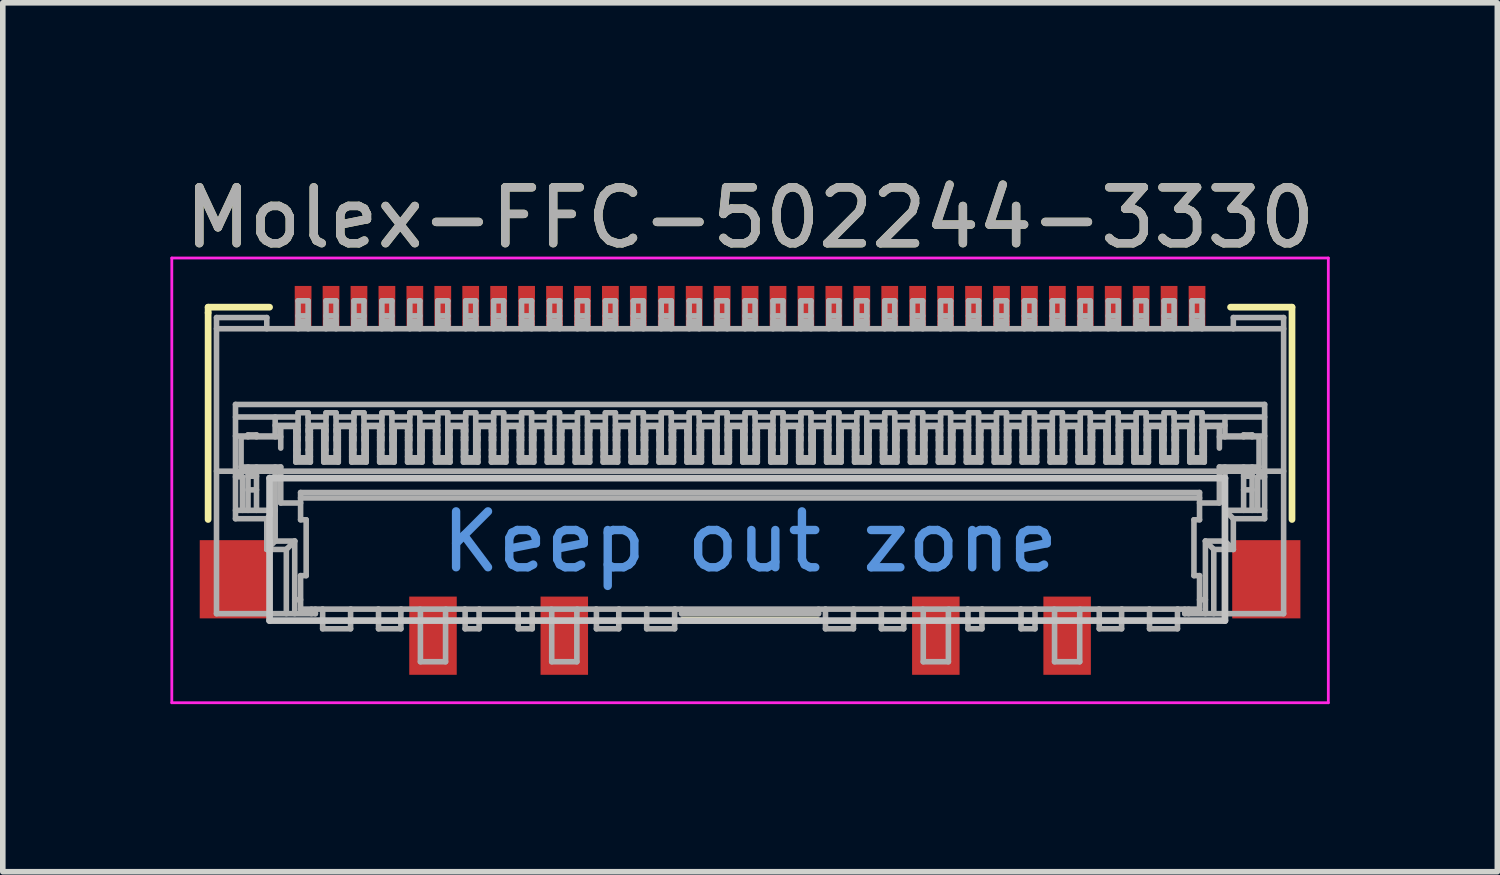
<source format=kicad_pcb>
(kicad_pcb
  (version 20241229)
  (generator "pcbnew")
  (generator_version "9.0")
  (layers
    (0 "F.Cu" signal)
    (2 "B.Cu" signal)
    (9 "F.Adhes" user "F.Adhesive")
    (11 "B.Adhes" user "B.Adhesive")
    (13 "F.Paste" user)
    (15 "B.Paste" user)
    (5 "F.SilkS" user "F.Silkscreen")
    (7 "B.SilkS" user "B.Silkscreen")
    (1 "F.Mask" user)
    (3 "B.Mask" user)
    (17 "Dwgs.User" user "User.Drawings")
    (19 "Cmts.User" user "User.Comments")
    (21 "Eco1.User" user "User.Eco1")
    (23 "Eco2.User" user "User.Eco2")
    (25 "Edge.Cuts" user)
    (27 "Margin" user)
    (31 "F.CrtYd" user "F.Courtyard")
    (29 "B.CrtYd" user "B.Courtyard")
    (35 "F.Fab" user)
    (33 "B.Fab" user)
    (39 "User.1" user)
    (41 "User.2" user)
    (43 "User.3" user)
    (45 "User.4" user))
  (footprint "Molex-FFC-502244-3330"
    (layer "F.Cu")
    (at 10.375 5.548)
    (property "Reference" "Molex-FFC-502244-3330" (at 0 -4.7 0) (layer "F.SilkS") (effects (font (size 1 1) (thickness 0.15))))
    (attr smd)
    (fp_line (start -9.7 -3.1) (end -8.6 -3.1) (stroke (width 0.12) (type solid)) (layer "F.SilkS"))
    (fp_line (start -9.7 -3) (end -9.7 -3.1) (stroke (width 0.12) (type solid)) (layer "F.SilkS"))
    (fp_line (start -9.7 0.7) (end -9.7 -3) (stroke (width 0.12) (type solid)) (layer "F.SilkS"))
    (fp_line (start -1.2 2.5) (end 1.2 2.5) (stroke (width 0.12) (type solid)) (layer "F.SilkS"))
    (fp_line (start 8.6 -3.1) (end 9.7 -3.1) (stroke (width 0.12) (type solid)) (layer "F.SilkS"))
    (fp_line (start 9.7 -3.1) (end 9.7 0.7) (stroke (width 0.12) (type solid)) (layer "F.SilkS"))
    (fp_line (start -8.6 -0.04) (end -8.6 2.51) (stroke (width 0.12) (type solid)) (layer "Dwgs.User"))
    (fp_line (start -8.6 2.51) (end 8.5 2.51) (stroke (width 0.12) (type solid)) (layer "Dwgs.User"))
    (fp_line (start 8.5 -0.04) (end -8.6 -0.04) (stroke (width 0.12) (type solid)) (layer "Dwgs.User"))
    (fp_line (start 8.5 -0.04) (end 8.5 2.51) (stroke (width 0.12) (type solid)) (layer "Dwgs.User"))
    (fp_line (start -10.35 -3.98) (end 10.35 -3.98) (stroke (width 0.05) (type solid)) (layer "F.CrtYd"))
    (fp_line (start -10.35 3.98) (end -10.35 -3.98) (stroke (width 0.05) (type solid)) (layer "F.CrtYd"))
    (fp_line (start 10.35 -3.98) (end 10.35 3.98) (stroke (width 0.05) (type solid)) (layer "F.CrtYd"))
    (fp_line (start 10.35 3.98) (end -10.35 3.98) (stroke (width 0.05) (type solid)) (layer "F.CrtYd"))
    (fp_line (start -9.55 -2.914) (end -9.55 2.386) (stroke (width 0.1) (type solid)) (layer "F.Fab"))
    (fp_line (start -9.55 -0.164) (end 9.55 -0.164) (stroke (width 0.1) (type solid)) (layer "F.Fab"))
    (fp_line (start -9.55 2.386) (end -7.78 2.386) (stroke (width 0.1) (type solid)) (layer "F.Fab"))
    (fp_line (start -9.21 -1.359) (end 9.21 -1.359) (stroke (width 0.1) (type solid)) (layer "F.Fab"))
    (fp_line (start -9.21 -1.134) (end -8.09 -1.134) (stroke (width 0.1) (type solid)) (layer "F.Fab"))
    (fp_line (start -9.21 0.536) (end -8.5 0.536) (stroke (width 0.1) (type solid)) (layer "F.Fab"))
    (fp_line (start -9.21 0.686) (end -9.21 -1.359) (stroke (width 0.1) (type solid)) (layer "F.Fab"))
    (fp_line (start -9.11 -0.78) (end -9.11 -0.24) (stroke (width 0.1) (type solid)) (layer "F.Fab"))
    (fp_line (start -9.11 -0.24) (end -8.4 -0.24) (stroke (width 0.1) (type solid)) (layer "F.Fab"))
    (fp_line (start -9.085 -0.064) (end -9.21 -0.064) (stroke (width 0.1) (type solid)) (layer "F.Fab"))
    (fp_line (start -9.085 0.536) (end -9.085 -0.064) (stroke (width 0.1) (type solid)) (layer "F.Fab"))
    (fp_line (start -8.986 -0.814) (end -8.986 -0.78) (stroke (width 0.1) (type solid)) (layer "F.Fab"))
    (fp_line (start -8.986 -0.794) (end -9.21 -0.794) (stroke (width 0.1) (type solid)) (layer "F.Fab"))
    (fp_line (start -8.986 -0.24) (end -8.986 0.536) (stroke (width 0.1) (type solid)) (layer "F.Fab"))
    (fp_line (start -8.834 -0.814) (end -8.986 -0.814) (stroke (width 0.1) (type solid)) (layer "F.Fab"))
    (fp_line (start -8.834 -0.78) (end -8.834 -0.814) (stroke (width 0.1) (type solid)) (layer "F.Fab"))
    (fp_line (start -8.834 -0.074) (end -8.986 -0.074) (stroke (width 0.1) (type solid)) (layer "F.Fab"))
    (fp_line (start -8.834 0.17) (end -8.986 0.17) (stroke (width 0.1) (type solid)) (layer "F.Fab"))
    (fp_line (start -8.834 0.536) (end -8.834 -0.24) (stroke (width 0.1) (type solid)) (layer "F.Fab"))
    (fp_line (start -8.65 -2.914) (end -9.55 -2.914) (stroke (width 0.1) (type solid)) (layer "F.Fab"))
    (fp_line (start -8.65 -2.714) (end -8.65 -2.914) (stroke (width 0.1) (type solid)) (layer "F.Fab"))
    (fp_line (start -8.65 0.686) (end -9.21 0.686) (stroke (width 0.1) (type solid)) (layer "F.Fab"))
    (fp_line (start -8.65 1.236) (end -8.65 0.686) (stroke (width 0.1) (type solid)) (layer "F.Fab"))
    (fp_line (start -8.65 1.236) (end -8.5 1.086) (stroke (width 0.1) (type solid)) (layer "F.Fab"))
    (fp_line (start -8.5 -1.134) (end -8.5 -0.78) (stroke (width 0.1) (type solid)) (layer "F.Fab"))
    (fp_line (start -8.5 -0.794) (end -8.834 -0.794) (stroke (width 0.1) (type solid)) (layer "F.Fab"))
    (fp_line (start -8.5 -0.24) (end -8.5 1.086) (stroke (width 0.1) (type solid)) (layer "F.Fab"))
    (fp_line (start -8.5 0.536) (end -8.65 0.686) (stroke (width 0.1) (type solid)) (layer "F.Fab"))
    (fp_line (start -8.4 -0.965) (end -8.4 -0.578) (stroke (width 0.1) (type solid)) (layer "F.Fab"))
    (fp_line (start -8.4 -0.78) (end -9.11 -0.78) (stroke (width 0.1) (type solid)) (layer "F.Fab"))
    (fp_line (start -8.4 -0.24) (end -8.4 0.405) (stroke (width 0.1) (type solid)) (layer "F.Fab"))
    (fp_line (start -8.4 0.405) (end -8.045 0.405) (stroke (width 0.1) (type solid)) (layer "F.Fab"))
    (fp_line (start -8.3 1.236) (end -8.65 1.236) (stroke (width 0.1) (type solid)) (layer "F.Fab"))
    (fp_line (start -8.3 1.236) (end -8.15 1.086) (stroke (width 0.1) (type solid)) (layer "F.Fab"))
    (fp_line (start -8.3 2.386) (end -8.3 1.236) (stroke (width 0.1) (type solid)) (layer "F.Fab"))
    (fp_line (start -8.15 1.086) (end -8.5 1.086) (stroke (width 0.1) (type solid)) (layer "F.Fab"))
    (fp_line (start -8.15 2.386) (end -8.15 1.086) (stroke (width 0.1) (type solid)) (layer "F.Fab"))
    (fp_line (start -8.13 -0.965) (end -8.4 -0.965) (stroke (width 0.1) (type solid)) (layer "F.Fab"))
    (fp_line (start -8.13 -0.965) (end -8.13 -0.912) (stroke (width 0.1) (type solid)) (layer "F.Fab"))
    (fp_line (start -8.13 -0.876) (end -8.13 -0.327) (stroke (width 0.1) (type solid)) (layer "F.Fab"))
    (fp_line (start -8.13 -0.876) (end -8.09 -0.876) (stroke (width 0.1) (type solid)) (layer "F.Fab"))
    (fp_line (start -8.13 -0.769) (end -8.09 -0.769) (stroke (width 0.1) (type solid)) (layer "F.Fab"))
    (fp_line (start -8.13 -0.545) (end -8.09 -0.545) (stroke (width 0.1) (type solid)) (layer "F.Fab"))
    (fp_line (start -8.09 -3.214) (end -8.09 -2.714) (stroke (width 0.1) (type solid)) (layer "F.Fab"))
    (fp_line (start -8.09 -2.844) (end -7.91 -2.844) (stroke (width 0.1) (type solid)) (layer "F.Fab"))
    (fp_line (start -8.09 -1.21) (end -8.09 -0.404) (stroke (width 0.1) (type solid)) (layer "F.Fab"))
    (fp_line (start -8.09 -0.984) (end -8.5 -0.984) (stroke (width 0.1) (type solid)) (layer "F.Fab"))
    (fp_line (start -8.09 -0.912) (end -8.13 -0.912) (stroke (width 0.1) (type solid)) (layer "F.Fab"))
    (fp_line (start -8.09 -0.722) (end -8.13 -0.722) (stroke (width 0.1) (type solid)) (layer "F.Fab"))
    (fp_line (start -8.09 -0.425) (end -8.13 -0.425) (stroke (width 0.1) (type solid)) (layer "F.Fab"))
    (fp_line (start -8.09 -0.404) (end -7.91 -0.404) (stroke (width 0.1) (type solid)) (layer "F.Fab"))
    (fp_line (start -8.045 0.217) (end -8.045 0.705) (stroke (width 0.1) (type solid)) (layer "F.Fab"))
    (fp_line (start -8.045 0.217) (end 8.045 0.217) (stroke (width 0.1) (type solid)) (layer "F.Fab"))
    (fp_line (start -8.045 0.315) (end 8.045 0.315) (stroke (width 0.1) (type solid)) (layer "F.Fab"))
    (fp_line (start -8.045 0.705) (end -7.945 0.705) (stroke (width 0.1) (type solid)) (layer "F.Fab"))
    (fp_line (start -8.045 1.705) (end -8.045 2.305) (stroke (width 0.1) (type solid)) (layer "F.Fab"))
    (fp_line (start -8.045 2.136) (end -8.15 2.136) (stroke (width 0.1) (type solid)) (layer "F.Fab"))
    (fp_line (start -8.045 2.305) (end 8.045 2.305) (stroke (width 0.1) (type solid)) (layer "F.Fab"))
    (fp_line (start -7.945 0.705) (end -7.945 1.705) (stroke (width 0.1) (type solid)) (layer "F.Fab"))
    (fp_line (start -7.945 1.705) (end -8.045 1.705) (stroke (width 0.1) (type solid)) (layer "F.Fab"))
    (fp_line (start -7.91 -3.214) (end -8.09 -3.214) (stroke (width 0.1) (type solid)) (layer "F.Fab"))
    (fp_line (start -7.91 -3.214) (end -7.91 -2.714) (stroke (width 0.1) (type solid)) (layer "F.Fab"))
    (fp_line (start -7.91 -2.944) (end -8.09 -2.944) (stroke (width 0.1) (type solid)) (layer "F.Fab"))
    (fp_line (start -7.91 -2.794) (end -8.09 -2.794) (stroke (width 0.1) (type solid)) (layer "F.Fab"))
    (fp_line (start -7.91 -1.21) (end -8.09 -1.21) (stroke (width 0.1) (type solid)) (layer "F.Fab"))
    (fp_line (start -7.91 -1.134) (end -7.59 -1.134) (stroke (width 0.1) (type solid)) (layer "F.Fab"))
    (fp_line (start -7.91 -0.876) (end -7.87 -0.876) (stroke (width 0.1) (type solid)) (layer "F.Fab"))
    (fp_line (start -7.91 -0.769) (end -7.87 -0.769) (stroke (width 0.1) (type solid)) (layer "F.Fab"))
    (fp_line (start -7.91 -0.545) (end -7.87 -0.545) (stroke (width 0.1) (type solid)) (layer "F.Fab"))
    (fp_line (start -7.91 -0.404) (end -7.91 -1.21) (stroke (width 0.1) (type solid)) (layer "F.Fab"))
    (fp_line (start -7.87 -0.965) (end -7.87 -0.912) (stroke (width 0.1) (type solid)) (layer "F.Fab"))
    (fp_line (start -7.87 -0.912) (end -7.91 -0.912) (stroke (width 0.1) (type solid)) (layer "F.Fab"))
    (fp_line (start -7.87 -0.876) (end -7.87 -0.327) (stroke (width 0.1) (type solid)) (layer "F.Fab"))
    (fp_line (start -7.87 -0.722) (end -7.91 -0.722) (stroke (width 0.1) (type solid)) (layer "F.Fab"))
    (fp_line (start -7.87 -0.425) (end -7.91 -0.425) (stroke (width 0.1) (type solid)) (layer "F.Fab"))
    (fp_line (start -7.87 -0.327) (end -8.13 -0.327) (stroke (width 0.1) (type solid)) (layer "F.Fab"))
    (fp_line (start -7.85 2.386) (end -7.85 2.305) (stroke (width 0.1) (type solid)) (layer "F.Fab"))
    (fp_line (start -7.78 2.386) (end -7.78 2.305) (stroke (width 0.1) (type solid)) (layer "F.Fab"))
    (fp_line (start -7.65 2.656) (end -7.65 2.305) (stroke (width 0.1) (type solid)) (layer "F.Fab"))
    (fp_line (start -7.65 2.656) (end -7.15 2.656) (stroke (width 0.1) (type solid)) (layer "F.Fab"))
    (fp_line (start -7.63 -0.965) (end -7.87 -0.965) (stroke (width 0.1) (type solid)) (layer "F.Fab"))
    (fp_line (start -7.63 -0.965) (end -7.63 -0.912) (stroke (width 0.1) (type solid)) (layer "F.Fab"))
    (fp_line (start -7.63 -0.876) (end -7.59 -0.876) (stroke (width 0.1) (type solid)) (layer "F.Fab"))
    (fp_line (start -7.63 -0.769) (end -7.59 -0.769) (stroke (width 0.1) (type solid)) (layer "F.Fab"))
    (fp_line (start -7.63 -0.545) (end -7.59 -0.545) (stroke (width 0.1) (type solid)) (layer "F.Fab"))
    (fp_line (start -7.63 -0.327) (end -7.63 -0.876) (stroke (width 0.1) (type solid)) (layer "F.Fab"))
    (fp_line (start -7.59 -3.214) (end -7.59 -2.714) (stroke (width 0.1) (type solid)) (layer "F.Fab"))
    (fp_line (start -7.59 -2.844) (end -7.41 -2.844) (stroke (width 0.1) (type solid)) (layer "F.Fab"))
    (fp_line (start -7.59 -1.21) (end -7.59 -0.404) (stroke (width 0.1) (type solid)) (layer "F.Fab"))
    (fp_line (start -7.59 -0.984) (end -7.91 -0.984) (stroke (width 0.1) (type solid)) (layer "F.Fab"))
    (fp_line (start -7.59 -0.912) (end -7.63 -0.912) (stroke (width 0.1) (type solid)) (layer "F.Fab"))
    (fp_line (start -7.59 -0.722) (end -7.63 -0.722) (stroke (width 0.1) (type solid)) (layer "F.Fab"))
    (fp_line (start -7.59 -0.425) (end -7.63 -0.425) (stroke (width 0.1) (type solid)) (layer "F.Fab"))
    (fp_line (start -7.59 -0.404) (end -7.41 -0.404) (stroke (width 0.1) (type solid)) (layer "F.Fab"))
    (fp_line (start -7.41 -3.214) (end -7.59 -3.214) (stroke (width 0.1) (type solid)) (layer "F.Fab"))
    (fp_line (start -7.41 -3.214) (end -7.41 -2.714) (stroke (width 0.1) (type solid)) (layer "F.Fab"))
    (fp_line (start -7.41 -2.944) (end -7.59 -2.944) (stroke (width 0.1) (type solid)) (layer "F.Fab"))
    (fp_line (start -7.41 -2.794) (end -7.59 -2.794) (stroke (width 0.1) (type solid)) (layer "F.Fab"))
    (fp_line (start -7.41 -1.21) (end -7.59 -1.21) (stroke (width 0.1) (type solid)) (layer "F.Fab"))
    (fp_line (start -7.41 -1.134) (end -7.09 -1.134) (stroke (width 0.1) (type solid)) (layer "F.Fab"))
    (fp_line (start -7.41 -0.876) (end -7.37 -0.876) (stroke (width 0.1) (type solid)) (layer "F.Fab"))
    (fp_line (start -7.41 -0.769) (end -7.37 -0.769) (stroke (width 0.1) (type solid)) (layer "F.Fab"))
    (fp_line (start -7.41 -0.545) (end -7.37 -0.545) (stroke (width 0.1) (type solid)) (layer "F.Fab"))
    (fp_line (start -7.41 -0.404) (end -7.41 -1.21) (stroke (width 0.1) (type solid)) (layer "F.Fab"))
    (fp_line (start -7.37 -0.965) (end -7.37 -0.912) (stroke (width 0.1) (type solid)) (layer "F.Fab"))
    (fp_line (start -7.37 -0.912) (end -7.41 -0.912) (stroke (width 0.1) (type solid)) (layer "F.Fab"))
    (fp_line (start -7.37 -0.876) (end -7.37 -0.327) (stroke (width 0.1) (type solid)) (layer "F.Fab"))
    (fp_line (start -7.37 -0.722) (end -7.41 -0.722) (stroke (width 0.1) (type solid)) (layer "F.Fab"))
    (fp_line (start -7.37 -0.425) (end -7.41 -0.425) (stroke (width 0.1) (type solid)) (layer "F.Fab"))
    (fp_line (start -7.37 -0.327) (end -7.63 -0.327) (stroke (width 0.1) (type solid)) (layer "F.Fab"))
    (fp_line (start -7.15 2.656) (end -7.15 2.305) (stroke (width 0.1) (type solid)) (layer "F.Fab"))
    (fp_line (start -7.13 -0.965) (end -7.37 -0.965) (stroke (width 0.1) (type solid)) (layer "F.Fab"))
    (fp_line (start -7.13 -0.965) (end -7.13 -0.912) (stroke (width 0.1) (type solid)) (layer "F.Fab"))
    (fp_line (start -7.13 -0.876) (end -7.09 -0.876) (stroke (width 0.1) (type solid)) (layer "F.Fab"))
    (fp_line (start -7.13 -0.769) (end -7.09 -0.769) (stroke (width 0.1) (type solid)) (layer "F.Fab"))
    (fp_line (start -7.13 -0.545) (end -7.09 -0.545) (stroke (width 0.1) (type solid)) (layer "F.Fab"))
    (fp_line (start -7.13 -0.327) (end -7.13 -0.876) (stroke (width 0.1) (type solid)) (layer "F.Fab"))
    (fp_line (start -7.09 -3.214) (end -7.09 -2.714) (stroke (width 0.1) (type solid)) (layer "F.Fab"))
    (fp_line (start -7.09 -2.844) (end -6.91 -2.844) (stroke (width 0.1) (type solid)) (layer "F.Fab"))
    (fp_line (start -7.09 -1.21) (end -7.09 -0.404) (stroke (width 0.1) (type solid)) (layer "F.Fab"))
    (fp_line (start -7.09 -0.984) (end -7.41 -0.984) (stroke (width 0.1) (type solid)) (layer "F.Fab"))
    (fp_line (start -7.09 -0.912) (end -7.13 -0.912) (stroke (width 0.1) (type solid)) (layer "F.Fab"))
    (fp_line (start -7.09 -0.722) (end -7.13 -0.722) (stroke (width 0.1) (type solid)) (layer "F.Fab"))
    (fp_line (start -7.09 -0.425) (end -7.13 -0.425) (stroke (width 0.1) (type solid)) (layer "F.Fab"))
    (fp_line (start -7.09 -0.404) (end -6.91 -0.404) (stroke (width 0.1) (type solid)) (layer "F.Fab"))
    (fp_line (start -6.91 -3.214) (end -7.09 -3.214) (stroke (width 0.1) (type solid)) (layer "F.Fab"))
    (fp_line (start -6.91 -3.214) (end -6.91 -2.714) (stroke (width 0.1) (type solid)) (layer "F.Fab"))
    (fp_line (start -6.91 -2.944) (end -7.09 -2.944) (stroke (width 0.1) (type solid)) (layer "F.Fab"))
    (fp_line (start -6.91 -2.794) (end -7.09 -2.794) (stroke (width 0.1) (type solid)) (layer "F.Fab"))
    (fp_line (start -6.91 -1.21) (end -7.09 -1.21) (stroke (width 0.1) (type solid)) (layer "F.Fab"))
    (fp_line (start -6.91 -1.134) (end -6.59 -1.134) (stroke (width 0.1) (type solid)) (layer "F.Fab"))
    (fp_line (start -6.91 -0.876) (end -6.87 -0.876) (stroke (width 0.1) (type solid)) (layer "F.Fab"))
    (fp_line (start -6.91 -0.769) (end -6.87 -0.769) (stroke (width 0.1) (type solid)) (layer "F.Fab"))
    (fp_line (start -6.91 -0.545) (end -6.87 -0.545) (stroke (width 0.1) (type solid)) (layer "F.Fab"))
    (fp_line (start -6.91 -0.404) (end -6.91 -1.21) (stroke (width 0.1) (type solid)) (layer "F.Fab"))
    (fp_line (start -6.87 -0.965) (end -6.87 -0.912) (stroke (width 0.1) (type solid)) (layer "F.Fab"))
    (fp_line (start -6.87 -0.912) (end -6.91 -0.912) (stroke (width 0.1) (type solid)) (layer "F.Fab"))
    (fp_line (start -6.87 -0.876) (end -6.87 -0.327) (stroke (width 0.1) (type solid)) (layer "F.Fab"))
    (fp_line (start -6.87 -0.722) (end -6.91 -0.722) (stroke (width 0.1) (type solid)) (layer "F.Fab"))
    (fp_line (start -6.87 -0.425) (end -6.91 -0.425) (stroke (width 0.1) (type solid)) (layer "F.Fab"))
    (fp_line (start -6.87 -0.327) (end -7.13 -0.327) (stroke (width 0.1) (type solid)) (layer "F.Fab"))
    (fp_line (start -6.65 2.656) (end -6.65 2.305) (stroke (width 0.1) (type solid)) (layer "F.Fab"))
    (fp_line (start -6.65 2.656) (end -6.25 2.656) (stroke (width 0.1) (type solid)) (layer "F.Fab"))
    (fp_line (start -6.63 -0.965) (end -6.87 -0.965) (stroke (width 0.1) (type solid)) (layer "F.Fab"))
    (fp_line (start -6.63 -0.965) (end -6.63 -0.912) (stroke (width 0.1) (type solid)) (layer "F.Fab"))
    (fp_line (start -6.63 -0.876) (end -6.59 -0.876) (stroke (width 0.1) (type solid)) (layer "F.Fab"))
    (fp_line (start -6.63 -0.769) (end -6.59 -0.769) (stroke (width 0.1) (type solid)) (layer "F.Fab"))
    (fp_line (start -6.63 -0.545) (end -6.59 -0.545) (stroke (width 0.1) (type solid)) (layer "F.Fab"))
    (fp_line (start -6.63 -0.327) (end -6.63 -0.876) (stroke (width 0.1) (type solid)) (layer "F.Fab"))
    (fp_line (start -6.59 -3.214) (end -6.59 -2.714) (stroke (width 0.1) (type solid)) (layer "F.Fab"))
    (fp_line (start -6.59 -2.844) (end -6.41 -2.844) (stroke (width 0.1) (type solid)) (layer "F.Fab"))
    (fp_line (start -6.59 -1.21) (end -6.59 -0.404) (stroke (width 0.1) (type solid)) (layer "F.Fab"))
    (fp_line (start -6.59 -0.984) (end -6.91 -0.984) (stroke (width 0.1) (type solid)) (layer "F.Fab"))
    (fp_line (start -6.59 -0.912) (end -6.63 -0.912) (stroke (width 0.1) (type solid)) (layer "F.Fab"))
    (fp_line (start -6.59 -0.722) (end -6.63 -0.722) (stroke (width 0.1) (type solid)) (layer "F.Fab"))
    (fp_line (start -6.59 -0.425) (end -6.63 -0.425) (stroke (width 0.1) (type solid)) (layer "F.Fab"))
    (fp_line (start -6.59 -0.404) (end -6.41 -0.404) (stroke (width 0.1) (type solid)) (layer "F.Fab"))
    (fp_line (start -6.41 -3.214) (end -6.59 -3.214) (stroke (width 0.1) (type solid)) (layer "F.Fab"))
    (fp_line (start -6.41 -3.214) (end -6.41 -2.714) (stroke (width 0.1) (type solid)) (layer "F.Fab"))
    (fp_line (start -6.41 -2.944) (end -6.59 -2.944) (stroke (width 0.1) (type solid)) (layer "F.Fab"))
    (fp_line (start -6.41 -2.794) (end -6.59 -2.794) (stroke (width 0.1) (type solid)) (layer "F.Fab"))
    (fp_line (start -6.41 -1.21) (end -6.59 -1.21) (stroke (width 0.1) (type solid)) (layer "F.Fab"))
    (fp_line (start -6.41 -1.134) (end -6.09 -1.134) (stroke (width 0.1) (type solid)) (layer "F.Fab"))
    (fp_line (start -6.41 -0.876) (end -6.37 -0.876) (stroke (width 0.1) (type solid)) (layer "F.Fab"))
    (fp_line (start -6.41 -0.769) (end -6.37 -0.769) (stroke (width 0.1) (type solid)) (layer "F.Fab"))
    (fp_line (start -6.41 -0.545) (end -6.37 -0.545) (stroke (width 0.1) (type solid)) (layer "F.Fab"))
    (fp_line (start -6.41 -0.404) (end -6.41 -1.21) (stroke (width 0.1) (type solid)) (layer "F.Fab"))
    (fp_line (start -6.37 -0.965) (end -6.37 -0.912) (stroke (width 0.1) (type solid)) (layer "F.Fab"))
    (fp_line (start -6.37 -0.912) (end -6.41 -0.912) (stroke (width 0.1) (type solid)) (layer "F.Fab"))
    (fp_line (start -6.37 -0.876) (end -6.37 -0.327) (stroke (width 0.1) (type solid)) (layer "F.Fab"))
    (fp_line (start -6.37 -0.722) (end -6.41 -0.722) (stroke (width 0.1) (type solid)) (layer "F.Fab"))
    (fp_line (start -6.37 -0.425) (end -6.41 -0.425) (stroke (width 0.1) (type solid)) (layer "F.Fab"))
    (fp_line (start -6.37 -0.327) (end -6.63 -0.327) (stroke (width 0.1) (type solid)) (layer "F.Fab"))
    (fp_line (start -6.25 2.656) (end -6.25 2.305) (stroke (width 0.1) (type solid)) (layer "F.Fab"))
    (fp_line (start -6.13 -0.965) (end -6.37 -0.965) (stroke (width 0.1) (type solid)) (layer "F.Fab"))
    (fp_line (start -6.13 -0.965) (end -6.13 -0.912) (stroke (width 0.1) (type solid)) (layer "F.Fab"))
    (fp_line (start -6.13 -0.876) (end -6.09 -0.876) (stroke (width 0.1) (type solid)) (layer "F.Fab"))
    (fp_line (start -6.13 -0.769) (end -6.09 -0.769) (stroke (width 0.1) (type solid)) (layer "F.Fab"))
    (fp_line (start -6.13 -0.545) (end -6.09 -0.545) (stroke (width 0.1) (type solid)) (layer "F.Fab"))
    (fp_line (start -6.13 -0.327) (end -6.13 -0.876) (stroke (width 0.1) (type solid)) (layer "F.Fab"))
    (fp_line (start -6.09 -3.214) (end -6.09 -2.714) (stroke (width 0.1) (type solid)) (layer "F.Fab"))
    (fp_line (start -6.09 -2.844) (end -5.91 -2.844) (stroke (width 0.1) (type solid)) (layer "F.Fab"))
    (fp_line (start -6.09 -1.21) (end -6.09 -0.404) (stroke (width 0.1) (type solid)) (layer "F.Fab"))
    (fp_line (start -6.09 -0.984) (end -6.41 -0.984) (stroke (width 0.1) (type solid)) (layer "F.Fab"))
    (fp_line (start -6.09 -0.912) (end -6.13 -0.912) (stroke (width 0.1) (type solid)) (layer "F.Fab"))
    (fp_line (start -6.09 -0.722) (end -6.13 -0.722) (stroke (width 0.1) (type solid)) (layer "F.Fab"))
    (fp_line (start -6.09 -0.425) (end -6.13 -0.425) (stroke (width 0.1) (type solid)) (layer "F.Fab"))
    (fp_line (start -6.09 -0.404) (end -5.91 -0.404) (stroke (width 0.1) (type solid)) (layer "F.Fab"))
    (fp_line (start -5.91 -3.214) (end -6.09 -3.214) (stroke (width 0.1) (type solid)) (layer "F.Fab"))
    (fp_line (start -5.91 -3.214) (end -5.91 -2.714) (stroke (width 0.1) (type solid)) (layer "F.Fab"))
    (fp_line (start -5.91 -2.944) (end -6.09 -2.944) (stroke (width 0.1) (type solid)) (layer "F.Fab"))
    (fp_line (start -5.91 -2.794) (end -6.09 -2.794) (stroke (width 0.1) (type solid)) (layer "F.Fab"))
    (fp_line (start -5.91 -1.21) (end -6.09 -1.21) (stroke (width 0.1) (type solid)) (layer "F.Fab"))
    (fp_line (start -5.91 -1.134) (end -5.59 -1.134) (stroke (width 0.1) (type solid)) (layer "F.Fab"))
    (fp_line (start -5.91 -0.876) (end -5.87 -0.876) (stroke (width 0.1) (type solid)) (layer "F.Fab"))
    (fp_line (start -5.91 -0.769) (end -5.87 -0.769) (stroke (width 0.1) (type solid)) (layer "F.Fab"))
    (fp_line (start -5.91 -0.545) (end -5.87 -0.545) (stroke (width 0.1) (type solid)) (layer "F.Fab"))
    (fp_line (start -5.91 -0.404) (end -5.91 -1.21) (stroke (width 0.1) (type solid)) (layer "F.Fab"))
    (fp_line (start -5.9 3.246) (end -5.9 2.336) (stroke (width 0.1) (type solid)) (layer "F.Fab"))
    (fp_line (start -5.9 3.246) (end -5.45 3.246) (stroke (width 0.1) (type solid)) (layer "F.Fab"))
    (fp_line (start -5.87 -0.965) (end -5.87 -0.912) (stroke (width 0.1) (type solid)) (layer "F.Fab"))
    (fp_line (start -5.87 -0.912) (end -5.91 -0.912) (stroke (width 0.1) (type solid)) (layer "F.Fab"))
    (fp_line (start -5.87 -0.876) (end -5.87 -0.327) (stroke (width 0.1) (type solid)) (layer "F.Fab"))
    (fp_line (start -5.87 -0.722) (end -5.91 -0.722) (stroke (width 0.1) (type solid)) (layer "F.Fab"))
    (fp_line (start -5.87 -0.425) (end -5.91 -0.425) (stroke (width 0.1) (type solid)) (layer "F.Fab"))
    (fp_line (start -5.87 -0.327) (end -6.13 -0.327) (stroke (width 0.1) (type solid)) (layer "F.Fab"))
    (fp_line (start -5.63 -0.965) (end -5.87 -0.965) (stroke (width 0.1) (type solid)) (layer "F.Fab"))
    (fp_line (start -5.63 -0.965) (end -5.63 -0.912) (stroke (width 0.1) (type solid)) (layer "F.Fab"))
    (fp_line (start -5.63 -0.876) (end -5.59 -0.876) (stroke (width 0.1) (type solid)) (layer "F.Fab"))
    (fp_line (start -5.63 -0.769) (end -5.59 -0.769) (stroke (width 0.1) (type solid)) (layer "F.Fab"))
    (fp_line (start -5.63 -0.545) (end -5.59 -0.545) (stroke (width 0.1) (type solid)) (layer "F.Fab"))
    (fp_line (start -5.63 -0.327) (end -5.63 -0.876) (stroke (width 0.1) (type solid)) (layer "F.Fab"))
    (fp_line (start -5.59 -3.214) (end -5.59 -2.714) (stroke (width 0.1) (type solid)) (layer "F.Fab"))
    (fp_line (start -5.59 -2.844) (end -5.41 -2.844) (stroke (width 0.1) (type solid)) (layer "F.Fab"))
    (fp_line (start -5.59 -1.21) (end -5.59 -0.404) (stroke (width 0.1) (type solid)) (layer "F.Fab"))
    (fp_line (start -5.59 -0.984) (end -5.91 -0.984) (stroke (width 0.1) (type solid)) (layer "F.Fab"))
    (fp_line (start -5.59 -0.912) (end -5.63 -0.912) (stroke (width 0.1) (type solid)) (layer "F.Fab"))
    (fp_line (start -5.59 -0.722) (end -5.63 -0.722) (stroke (width 0.1) (type solid)) (layer "F.Fab"))
    (fp_line (start -5.59 -0.425) (end -5.63 -0.425) (stroke (width 0.1) (type solid)) (layer "F.Fab"))
    (fp_line (start -5.59 -0.404) (end -5.41 -0.404) (stroke (width 0.1) (type solid)) (layer "F.Fab"))
    (fp_line (start -5.45 2.336) (end -5.45 3.246) (stroke (width 0.1) (type solid)) (layer "F.Fab"))
    (fp_line (start -5.41 -3.214) (end -5.59 -3.214) (stroke (width 0.1) (type solid)) (layer "F.Fab"))
    (fp_line (start -5.41 -3.214) (end -5.41 -2.714) (stroke (width 0.1) (type solid)) (layer "F.Fab"))
    (fp_line (start -5.41 -2.944) (end -5.59 -2.944) (stroke (width 0.1) (type solid)) (layer "F.Fab"))
    (fp_line (start -5.41 -2.794) (end -5.59 -2.794) (stroke (width 0.1) (type solid)) (layer "F.Fab"))
    (fp_line (start -5.41 -1.21) (end -5.59 -1.21) (stroke (width 0.1) (type solid)) (layer "F.Fab"))
    (fp_line (start -5.41 -1.134) (end -5.09 -1.134) (stroke (width 0.1) (type solid)) (layer "F.Fab"))
    (fp_line (start -5.41 -0.876) (end -5.37 -0.876) (stroke (width 0.1) (type solid)) (layer "F.Fab"))
    (fp_line (start -5.41 -0.769) (end -5.37 -0.769) (stroke (width 0.1) (type solid)) (layer "F.Fab"))
    (fp_line (start -5.41 -0.545) (end -5.37 -0.545) (stroke (width 0.1) (type solid)) (layer "F.Fab"))
    (fp_line (start -5.41 -0.404) (end -5.41 -1.21) (stroke (width 0.1) (type solid)) (layer "F.Fab"))
    (fp_line (start -5.37 -0.965) (end -5.37 -0.912) (stroke (width 0.1) (type solid)) (layer "F.Fab"))
    (fp_line (start -5.37 -0.912) (end -5.41 -0.912) (stroke (width 0.1) (type solid)) (layer "F.Fab"))
    (fp_line (start -5.37 -0.876) (end -5.37 -0.327) (stroke (width 0.1) (type solid)) (layer "F.Fab"))
    (fp_line (start -5.37 -0.722) (end -5.41 -0.722) (stroke (width 0.1) (type solid)) (layer "F.Fab"))
    (fp_line (start -5.37 -0.425) (end -5.41 -0.425) (stroke (width 0.1) (type solid)) (layer "F.Fab"))
    (fp_line (start -5.37 -0.327) (end -5.63 -0.327) (stroke (width 0.1) (type solid)) (layer "F.Fab"))
    (fp_line (start -5.13 -0.965) (end -5.37 -0.965) (stroke (width 0.1) (type solid)) (layer "F.Fab"))
    (fp_line (start -5.13 -0.965) (end -5.13 -0.912) (stroke (width 0.1) (type solid)) (layer "F.Fab"))
    (fp_line (start -5.13 -0.876) (end -5.09 -0.876) (stroke (width 0.1) (type solid)) (layer "F.Fab"))
    (fp_line (start -5.13 -0.769) (end -5.09 -0.769) (stroke (width 0.1) (type solid)) (layer "F.Fab"))
    (fp_line (start -5.13 -0.545) (end -5.09 -0.545) (stroke (width 0.1) (type solid)) (layer "F.Fab"))
    (fp_line (start -5.13 -0.327) (end -5.13 -0.876) (stroke (width 0.1) (type solid)) (layer "F.Fab"))
    (fp_line (start -5.1 2.656) (end -5.1 2.305) (stroke (width 0.1) (type solid)) (layer "F.Fab"))
    (fp_line (start -5.1 2.656) (end -4.85 2.656) (stroke (width 0.1) (type solid)) (layer "F.Fab"))
    (fp_line (start -5.09 -3.214) (end -5.09 -2.714) (stroke (width 0.1) (type solid)) (layer "F.Fab"))
    (fp_line (start -5.09 -2.844) (end -4.91 -2.844) (stroke (width 0.1) (type solid)) (layer "F.Fab"))
    (fp_line (start -5.09 -1.21) (end -5.09 -0.404) (stroke (width 0.1) (type solid)) (layer "F.Fab"))
    (fp_line (start -5.09 -0.984) (end -5.41 -0.984) (stroke (width 0.1) (type solid)) (layer "F.Fab"))
    (fp_line (start -5.09 -0.912) (end -5.13 -0.912) (stroke (width 0.1) (type solid)) (layer "F.Fab"))
    (fp_line (start -5.09 -0.722) (end -5.13 -0.722) (stroke (width 0.1) (type solid)) (layer "F.Fab"))
    (fp_line (start -5.09 -0.425) (end -5.13 -0.425) (stroke (width 0.1) (type solid)) (layer "F.Fab"))
    (fp_line (start -5.09 -0.404) (end -4.91 -0.404) (stroke (width 0.1) (type solid)) (layer "F.Fab"))
    (fp_line (start -4.91 -3.214) (end -5.09 -3.214) (stroke (width 0.1) (type solid)) (layer "F.Fab"))
    (fp_line (start -4.91 -3.214) (end -4.91 -2.714) (stroke (width 0.1) (type solid)) (layer "F.Fab"))
    (fp_line (start -4.91 -2.944) (end -5.09 -2.944) (stroke (width 0.1) (type solid)) (layer "F.Fab"))
    (fp_line (start -4.91 -2.794) (end -5.09 -2.794) (stroke (width 0.1) (type solid)) (layer "F.Fab"))
    (fp_line (start -4.91 -1.21) (end -5.09 -1.21) (stroke (width 0.1) (type solid)) (layer "F.Fab"))
    (fp_line (start -4.91 -1.134) (end -4.59 -1.134) (stroke (width 0.1) (type solid)) (layer "F.Fab"))
    (fp_line (start -4.91 -0.876) (end -4.87 -0.876) (stroke (width 0.1) (type solid)) (layer "F.Fab"))
    (fp_line (start -4.91 -0.769) (end -4.87 -0.769) (stroke (width 0.1) (type solid)) (layer "F.Fab"))
    (fp_line (start -4.91 -0.545) (end -4.87 -0.545) (stroke (width 0.1) (type solid)) (layer "F.Fab"))
    (fp_line (start -4.91 -0.404) (end -4.91 -1.21) (stroke (width 0.1) (type solid)) (layer "F.Fab"))
    (fp_line (start -4.87 -0.965) (end -4.87 -0.912) (stroke (width 0.1) (type solid)) (layer "F.Fab"))
    (fp_line (start -4.87 -0.912) (end -4.91 -0.912) (stroke (width 0.1) (type solid)) (layer "F.Fab"))
    (fp_line (start -4.87 -0.876) (end -4.87 -0.327) (stroke (width 0.1) (type solid)) (layer "F.Fab"))
    (fp_line (start -4.87 -0.722) (end -4.91 -0.722) (stroke (width 0.1) (type solid)) (layer "F.Fab"))
    (fp_line (start -4.87 -0.425) (end -4.91 -0.425) (stroke (width 0.1) (type solid)) (layer "F.Fab"))
    (fp_line (start -4.87 -0.327) (end -5.13 -0.327) (stroke (width 0.1) (type solid)) (layer "F.Fab"))
    (fp_line (start -4.85 2.656) (end -4.85 2.305) (stroke (width 0.1) (type solid)) (layer "F.Fab"))
    (fp_line (start -4.63 -0.965) (end -4.87 -0.965) (stroke (width 0.1) (type solid)) (layer "F.Fab"))
    (fp_line (start -4.63 -0.965) (end -4.63 -0.912) (stroke (width 0.1) (type solid)) (layer "F.Fab"))
    (fp_line (start -4.63 -0.876) (end -4.59 -0.876) (stroke (width 0.1) (type solid)) (layer "F.Fab"))
    (fp_line (start -4.63 -0.769) (end -4.59 -0.769) (stroke (width 0.1) (type solid)) (layer "F.Fab"))
    (fp_line (start -4.63 -0.545) (end -4.59 -0.545) (stroke (width 0.1) (type solid)) (layer "F.Fab"))
    (fp_line (start -4.63 -0.327) (end -4.63 -0.876) (stroke (width 0.1) (type solid)) (layer "F.Fab"))
    (fp_line (start -4.59 -3.214) (end -4.59 -2.714) (stroke (width 0.1) (type solid)) (layer "F.Fab"))
    (fp_line (start -4.59 -2.844) (end -4.41 -2.844) (stroke (width 0.1) (type solid)) (layer "F.Fab"))
    (fp_line (start -4.59 -1.21) (end -4.59 -0.404) (stroke (width 0.1) (type solid)) (layer "F.Fab"))
    (fp_line (start -4.59 -0.984) (end -4.91 -0.984) (stroke (width 0.1) (type solid)) (layer "F.Fab"))
    (fp_line (start -4.59 -0.912) (end -4.63 -0.912) (stroke (width 0.1) (type solid)) (layer "F.Fab"))
    (fp_line (start -4.59 -0.722) (end -4.63 -0.722) (stroke (width 0.1) (type solid)) (layer "F.Fab"))
    (fp_line (start -4.59 -0.425) (end -4.63 -0.425) (stroke (width 0.1) (type solid)) (layer "F.Fab"))
    (fp_line (start -4.59 -0.404) (end -4.41 -0.404) (stroke (width 0.1) (type solid)) (layer "F.Fab"))
    (fp_line (start -4.41 -3.214) (end -4.59 -3.214) (stroke (width 0.1) (type solid)) (layer "F.Fab"))
    (fp_line (start -4.41 -3.214) (end -4.41 -2.714) (stroke (width 0.1) (type solid)) (layer "F.Fab"))
    (fp_line (start -4.41 -2.944) (end -4.59 -2.944) (stroke (width 0.1) (type solid)) (layer "F.Fab"))
    (fp_line (start -4.41 -2.794) (end -4.59 -2.794) (stroke (width 0.1) (type solid)) (layer "F.Fab"))
    (fp_line (start -4.41 -1.21) (end -4.59 -1.21) (stroke (width 0.1) (type solid)) (layer "F.Fab"))
    (fp_line (start -4.41 -1.134) (end -4.09 -1.134) (stroke (width 0.1) (type solid)) (layer "F.Fab"))
    (fp_line (start -4.41 -0.876) (end -4.37 -0.876) (stroke (width 0.1) (type solid)) (layer "F.Fab"))
    (fp_line (start -4.41 -0.769) (end -4.37 -0.769) (stroke (width 0.1) (type solid)) (layer "F.Fab"))
    (fp_line (start -4.41 -0.545) (end -4.37 -0.545) (stroke (width 0.1) (type solid)) (layer "F.Fab"))
    (fp_line (start -4.41 -0.404) (end -4.41 -1.21) (stroke (width 0.1) (type solid)) (layer "F.Fab"))
    (fp_line (start -4.37 -0.965) (end -4.37 -0.912) (stroke (width 0.1) (type solid)) (layer "F.Fab"))
    (fp_line (start -4.37 -0.912) (end -4.41 -0.912) (stroke (width 0.1) (type solid)) (layer "F.Fab"))
    (fp_line (start -4.37 -0.876) (end -4.37 -0.327) (stroke (width 0.1) (type solid)) (layer "F.Fab"))
    (fp_line (start -4.37 -0.722) (end -4.41 -0.722) (stroke (width 0.1) (type solid)) (layer "F.Fab"))
    (fp_line (start -4.37 -0.425) (end -4.41 -0.425) (stroke (width 0.1) (type solid)) (layer "F.Fab"))
    (fp_line (start -4.37 -0.327) (end -4.63 -0.327) (stroke (width 0.1) (type solid)) (layer "F.Fab"))
    (fp_line (start -4.15 2.656) (end -4.15 2.305) (stroke (width 0.1) (type solid)) (layer "F.Fab"))
    (fp_line (start -4.15 2.656) (end -3.9 2.656) (stroke (width 0.1) (type solid)) (layer "F.Fab"))
    (fp_line (start -4.13 -0.965) (end -4.37 -0.965) (stroke (width 0.1) (type solid)) (layer "F.Fab"))
    (fp_line (start -4.13 -0.965) (end -4.13 -0.912) (stroke (width 0.1) (type solid)) (layer "F.Fab"))
    (fp_line (start -4.13 -0.876) (end -4.09 -0.876) (stroke (width 0.1) (type solid)) (layer "F.Fab"))
    (fp_line (start -4.13 -0.769) (end -4.09 -0.769) (stroke (width 0.1) (type solid)) (layer "F.Fab"))
    (fp_line (start -4.13 -0.545) (end -4.09 -0.545) (stroke (width 0.1) (type solid)) (layer "F.Fab"))
    (fp_line (start -4.13 -0.327) (end -4.13 -0.876) (stroke (width 0.1) (type solid)) (layer "F.Fab"))
    (fp_line (start -4.09 -3.214) (end -4.09 -2.714) (stroke (width 0.1) (type solid)) (layer "F.Fab"))
    (fp_line (start -4.09 -2.844) (end -3.91 -2.844) (stroke (width 0.1) (type solid)) (layer "F.Fab"))
    (fp_line (start -4.09 -1.21) (end -4.09 -0.404) (stroke (width 0.1) (type solid)) (layer "F.Fab"))
    (fp_line (start -4.09 -0.984) (end -4.41 -0.984) (stroke (width 0.1) (type solid)) (layer "F.Fab"))
    (fp_line (start -4.09 -0.912) (end -4.13 -0.912) (stroke (width 0.1) (type solid)) (layer "F.Fab"))
    (fp_line (start -4.09 -0.722) (end -4.13 -0.722) (stroke (width 0.1) (type solid)) (layer "F.Fab"))
    (fp_line (start -4.09 -0.425) (end -4.13 -0.425) (stroke (width 0.1) (type solid)) (layer "F.Fab"))
    (fp_line (start -4.09 -0.404) (end -3.91 -0.404) (stroke (width 0.1) (type solid)) (layer "F.Fab"))
    (fp_line (start -3.91 -3.214) (end -4.09 -3.214) (stroke (width 0.1) (type solid)) (layer "F.Fab"))
    (fp_line (start -3.91 -3.214) (end -3.91 -2.714) (stroke (width 0.1) (type solid)) (layer "F.Fab"))
    (fp_line (start -3.91 -2.944) (end -4.09 -2.944) (stroke (width 0.1) (type solid)) (layer "F.Fab"))
    (fp_line (start -3.91 -2.794) (end -4.09 -2.794) (stroke (width 0.1) (type solid)) (layer "F.Fab"))
    (fp_line (start -3.91 -1.21) (end -4.09 -1.21) (stroke (width 0.1) (type solid)) (layer "F.Fab"))
    (fp_line (start -3.91 -1.134) (end -3.59 -1.134) (stroke (width 0.1) (type solid)) (layer "F.Fab"))
    (fp_line (start -3.91 -0.876) (end -3.87 -0.876) (stroke (width 0.1) (type solid)) (layer "F.Fab"))
    (fp_line (start -3.91 -0.769) (end -3.87 -0.769) (stroke (width 0.1) (type solid)) (layer "F.Fab"))
    (fp_line (start -3.91 -0.545) (end -3.87 -0.545) (stroke (width 0.1) (type solid)) (layer "F.Fab"))
    (fp_line (start -3.91 -0.404) (end -3.91 -1.21) (stroke (width 0.1) (type solid)) (layer "F.Fab"))
    (fp_line (start -3.9 2.656) (end -3.9 2.305) (stroke (width 0.1) (type solid)) (layer "F.Fab"))
    (fp_line (start -3.87 -0.965) (end -3.87 -0.912) (stroke (width 0.1) (type solid)) (layer "F.Fab"))
    (fp_line (start -3.87 -0.912) (end -3.91 -0.912) (stroke (width 0.1) (type solid)) (layer "F.Fab"))
    (fp_line (start -3.87 -0.876) (end -3.87 -0.327) (stroke (width 0.1) (type solid)) (layer "F.Fab"))
    (fp_line (start -3.87 -0.722) (end -3.91 -0.722) (stroke (width 0.1) (type solid)) (layer "F.Fab"))
    (fp_line (start -3.87 -0.425) (end -3.91 -0.425) (stroke (width 0.1) (type solid)) (layer "F.Fab"))
    (fp_line (start -3.87 -0.327) (end -4.13 -0.327) (stroke (width 0.1) (type solid)) (layer "F.Fab"))
    (fp_line (start -3.63 -0.965) (end -3.87 -0.965) (stroke (width 0.1) (type solid)) (layer "F.Fab"))
    (fp_line (start -3.63 -0.965) (end -3.63 -0.912) (stroke (width 0.1) (type solid)) (layer "F.Fab"))
    (fp_line (start -3.63 -0.876) (end -3.59 -0.876) (stroke (width 0.1) (type solid)) (layer "F.Fab"))
    (fp_line (start -3.63 -0.769) (end -3.59 -0.769) (stroke (width 0.1) (type solid)) (layer "F.Fab"))
    (fp_line (start -3.63 -0.545) (end -3.59 -0.545) (stroke (width 0.1) (type solid)) (layer "F.Fab"))
    (fp_line (start -3.63 -0.327) (end -3.63 -0.876) (stroke (width 0.1) (type solid)) (layer "F.Fab"))
    (fp_line (start -3.59 -3.214) (end -3.59 -2.714) (stroke (width 0.1) (type solid)) (layer "F.Fab"))
    (fp_line (start -3.59 -2.844) (end -3.41 -2.844) (stroke (width 0.1) (type solid)) (layer "F.Fab"))
    (fp_line (start -3.59 -1.21) (end -3.59 -0.404) (stroke (width 0.1) (type solid)) (layer "F.Fab"))
    (fp_line (start -3.59 -0.984) (end -3.91 -0.984) (stroke (width 0.1) (type solid)) (layer "F.Fab"))
    (fp_line (start -3.59 -0.912) (end -3.63 -0.912) (stroke (width 0.1) (type solid)) (layer "F.Fab"))
    (fp_line (start -3.59 -0.722) (end -3.63 -0.722) (stroke (width 0.1) (type solid)) (layer "F.Fab"))
    (fp_line (start -3.59 -0.425) (end -3.63 -0.425) (stroke (width 0.1) (type solid)) (layer "F.Fab"))
    (fp_line (start -3.59 -0.404) (end -3.41 -0.404) (stroke (width 0.1) (type solid)) (layer "F.Fab"))
    (fp_line (start -3.55 3.246) (end -3.55 2.336) (stroke (width 0.1) (type solid)) (layer "F.Fab"))
    (fp_line (start -3.55 3.246) (end -3.1 3.246) (stroke (width 0.1) (type solid)) (layer "F.Fab"))
    (fp_line (start -3.41 -3.214) (end -3.59 -3.214) (stroke (width 0.1) (type solid)) (layer "F.Fab"))
    (fp_line (start -3.41 -3.214) (end -3.41 -2.714) (stroke (width 0.1) (type solid)) (layer "F.Fab"))
    (fp_line (start -3.41 -2.944) (end -3.59 -2.944) (stroke (width 0.1) (type solid)) (layer "F.Fab"))
    (fp_line (start -3.41 -2.794) (end -3.59 -2.794) (stroke (width 0.1) (type solid)) (layer "F.Fab"))
    (fp_line (start -3.41 -1.21) (end -3.59 -1.21) (stroke (width 0.1) (type solid)) (layer "F.Fab"))
    (fp_line (start -3.41 -1.134) (end -3.09 -1.134) (stroke (width 0.1) (type solid)) (layer "F.Fab"))
    (fp_line (start -3.41 -0.876) (end -3.37 -0.876) (stroke (width 0.1) (type solid)) (layer "F.Fab"))
    (fp_line (start -3.41 -0.769) (end -3.37 -0.769) (stroke (width 0.1) (type solid)) (layer "F.Fab"))
    (fp_line (start -3.41 -0.545) (end -3.37 -0.545) (stroke (width 0.1) (type solid)) (layer "F.Fab"))
    (fp_line (start -3.41 -0.404) (end -3.41 -1.21) (stroke (width 0.1) (type solid)) (layer "F.Fab"))
    (fp_line (start -3.37 -0.965) (end -3.37 -0.912) (stroke (width 0.1) (type solid)) (layer "F.Fab"))
    (fp_line (start -3.37 -0.912) (end -3.41 -0.912) (stroke (width 0.1) (type solid)) (layer "F.Fab"))
    (fp_line (start -3.37 -0.876) (end -3.37 -0.327) (stroke (width 0.1) (type solid)) (layer "F.Fab"))
    (fp_line (start -3.37 -0.722) (end -3.41 -0.722) (stroke (width 0.1) (type solid)) (layer "F.Fab"))
    (fp_line (start -3.37 -0.425) (end -3.41 -0.425) (stroke (width 0.1) (type solid)) (layer "F.Fab"))
    (fp_line (start -3.37 -0.327) (end -3.63 -0.327) (stroke (width 0.1) (type solid)) (layer "F.Fab"))
    (fp_line (start -3.13 -0.965) (end -3.37 -0.965) (stroke (width 0.1) (type solid)) (layer "F.Fab"))
    (fp_line (start -3.13 -0.965) (end -3.13 -0.912) (stroke (width 0.1) (type solid)) (layer "F.Fab"))
    (fp_line (start -3.13 -0.876) (end -3.09 -0.876) (stroke (width 0.1) (type solid)) (layer "F.Fab"))
    (fp_line (start -3.13 -0.769) (end -3.09 -0.769) (stroke (width 0.1) (type solid)) (layer "F.Fab"))
    (fp_line (start -3.13 -0.545) (end -3.09 -0.545) (stroke (width 0.1) (type solid)) (layer "F.Fab"))
    (fp_line (start -3.13 -0.327) (end -3.13 -0.876) (stroke (width 0.1) (type solid)) (layer "F.Fab"))
    (fp_line (start -3.1 2.336) (end -3.1 3.246) (stroke (width 0.1) (type solid)) (layer "F.Fab"))
    (fp_line (start -3.09 -3.214) (end -3.09 -2.714) (stroke (width 0.1) (type solid)) (layer "F.Fab"))
    (fp_line (start -3.09 -2.844) (end -2.91 -2.844) (stroke (width 0.1) (type solid)) (layer "F.Fab"))
    (fp_line (start -3.09 -1.21) (end -3.09 -0.404) (stroke (width 0.1) (type solid)) (layer "F.Fab"))
    (fp_line (start -3.09 -0.984) (end -3.41 -0.984) (stroke (width 0.1) (type solid)) (layer "F.Fab"))
    (fp_line (start -3.09 -0.912) (end -3.13 -0.912) (stroke (width 0.1) (type solid)) (layer "F.Fab"))
    (fp_line (start -3.09 -0.722) (end -3.13 -0.722) (stroke (width 0.1) (type solid)) (layer "F.Fab"))
    (fp_line (start -3.09 -0.425) (end -3.13 -0.425) (stroke (width 0.1) (type solid)) (layer "F.Fab"))
    (fp_line (start -3.09 -0.404) (end -2.91 -0.404) (stroke (width 0.1) (type solid)) (layer "F.Fab"))
    (fp_line (start -2.91 -3.214) (end -3.09 -3.214) (stroke (width 0.1) (type solid)) (layer "F.Fab"))
    (fp_line (start -2.91 -3.214) (end -2.91 -2.714) (stroke (width 0.1) (type solid)) (layer "F.Fab"))
    (fp_line (start -2.91 -2.944) (end -3.09 -2.944) (stroke (width 0.1) (type solid)) (layer "F.Fab"))
    (fp_line (start -2.91 -2.794) (end -3.09 -2.794) (stroke (width 0.1) (type solid)) (layer "F.Fab"))
    (fp_line (start -2.91 -1.21) (end -3.09 -1.21) (stroke (width 0.1) (type solid)) (layer "F.Fab"))
    (fp_line (start -2.91 -1.134) (end -2.59 -1.134) (stroke (width 0.1) (type solid)) (layer "F.Fab"))
    (fp_line (start -2.91 -0.876) (end -2.87 -0.876) (stroke (width 0.1) (type solid)) (layer "F.Fab"))
    (fp_line (start -2.91 -0.769) (end -2.87 -0.769) (stroke (width 0.1) (type solid)) (layer "F.Fab"))
    (fp_line (start -2.91 -0.545) (end -2.87 -0.545) (stroke (width 0.1) (type solid)) (layer "F.Fab"))
    (fp_line (start -2.91 -0.404) (end -2.91 -1.21) (stroke (width 0.1) (type solid)) (layer "F.Fab"))
    (fp_line (start -2.87 -0.965) (end -2.87 -0.912) (stroke (width 0.1) (type solid)) (layer "F.Fab"))
    (fp_line (start -2.87 -0.912) (end -2.91 -0.912) (stroke (width 0.1) (type solid)) (layer "F.Fab"))
    (fp_line (start -2.87 -0.876) (end -2.87 -0.327) (stroke (width 0.1) (type solid)) (layer "F.Fab"))
    (fp_line (start -2.87 -0.722) (end -2.91 -0.722) (stroke (width 0.1) (type solid)) (layer "F.Fab"))
    (fp_line (start -2.87 -0.425) (end -2.91 -0.425) (stroke (width 0.1) (type solid)) (layer "F.Fab"))
    (fp_line (start -2.87 -0.327) (end -3.13 -0.327) (stroke (width 0.1) (type solid)) (layer "F.Fab"))
    (fp_line (start -2.75 2.656) (end -2.75 2.305) (stroke (width 0.1) (type solid)) (layer "F.Fab"))
    (fp_line (start -2.75 2.656) (end -2.35 2.656) (stroke (width 0.1) (type solid)) (layer "F.Fab"))
    (fp_line (start -2.63 -0.965) (end -2.87 -0.965) (stroke (width 0.1) (type solid)) (layer "F.Fab"))
    (fp_line (start -2.63 -0.965) (end -2.63 -0.912) (stroke (width 0.1) (type solid)) (layer "F.Fab"))
    (fp_line (start -2.63 -0.876) (end -2.59 -0.876) (stroke (width 0.1) (type solid)) (layer "F.Fab"))
    (fp_line (start -2.63 -0.769) (end -2.59 -0.769) (stroke (width 0.1) (type solid)) (layer "F.Fab"))
    (fp_line (start -2.63 -0.545) (end -2.59 -0.545) (stroke (width 0.1) (type solid)) (layer "F.Fab"))
    (fp_line (start -2.63 -0.327) (end -2.63 -0.876) (stroke (width 0.1) (type solid)) (layer "F.Fab"))
    (fp_line (start -2.59 -3.214) (end -2.59 -2.714) (stroke (width 0.1) (type solid)) (layer "F.Fab"))
    (fp_line (start -2.59 -2.844) (end -2.41 -2.844) (stroke (width 0.1) (type solid)) (layer "F.Fab"))
    (fp_line (start -2.59 -1.21) (end -2.59 -0.404) (stroke (width 0.1) (type solid)) (layer "F.Fab"))
    (fp_line (start -2.59 -0.984) (end -2.91 -0.984) (stroke (width 0.1) (type solid)) (layer "F.Fab"))
    (fp_line (start -2.59 -0.912) (end -2.63 -0.912) (stroke (width 0.1) (type solid)) (layer "F.Fab"))
    (fp_line (start -2.59 -0.722) (end -2.63 -0.722) (stroke (width 0.1) (type solid)) (layer "F.Fab"))
    (fp_line (start -2.59 -0.425) (end -2.63 -0.425) (stroke (width 0.1) (type solid)) (layer "F.Fab"))
    (fp_line (start -2.59 -0.404) (end -2.41 -0.404) (stroke (width 0.1) (type solid)) (layer "F.Fab"))
    (fp_line (start -2.41 -3.214) (end -2.59 -3.214) (stroke (width 0.1) (type solid)) (layer "F.Fab"))
    (fp_line (start -2.41 -3.214) (end -2.41 -2.714) (stroke (width 0.1) (type solid)) (layer "F.Fab"))
    (fp_line (start -2.41 -2.944) (end -2.59 -2.944) (stroke (width 0.1) (type solid)) (layer "F.Fab"))
    (fp_line (start -2.41 -2.794) (end -2.59 -2.794) (stroke (width 0.1) (type solid)) (layer "F.Fab"))
    (fp_line (start -2.41 -1.21) (end -2.59 -1.21) (stroke (width 0.1) (type solid)) (layer "F.Fab"))
    (fp_line (start -2.41 -1.134) (end -2.09 -1.134) (stroke (width 0.1) (type solid)) (layer "F.Fab"))
    (fp_line (start -2.41 -0.876) (end -2.37 -0.876) (stroke (width 0.1) (type solid)) (layer "F.Fab"))
    (fp_line (start -2.41 -0.769) (end -2.37 -0.769) (stroke (width 0.1) (type solid)) (layer "F.Fab"))
    (fp_line (start -2.41 -0.545) (end -2.37 -0.545) (stroke (width 0.1) (type solid)) (layer "F.Fab"))
    (fp_line (start -2.41 -0.404) (end -2.41 -1.21) (stroke (width 0.1) (type solid)) (layer "F.Fab"))
    (fp_line (start -2.37 -0.965) (end -2.37 -0.912) (stroke (width 0.1) (type solid)) (layer "F.Fab"))
    (fp_line (start -2.37 -0.912) (end -2.41 -0.912) (stroke (width 0.1) (type solid)) (layer "F.Fab"))
    (fp_line (start -2.37 -0.876) (end -2.37 -0.327) (stroke (width 0.1) (type solid)) (layer "F.Fab"))
    (fp_line (start -2.37 -0.722) (end -2.41 -0.722) (stroke (width 0.1) (type solid)) (layer "F.Fab"))
    (fp_line (start -2.37 -0.425) (end -2.41 -0.425) (stroke (width 0.1) (type solid)) (layer "F.Fab"))
    (fp_line (start -2.37 -0.327) (end -2.63 -0.327) (stroke (width 0.1) (type solid)) (layer "F.Fab"))
    (fp_line (start -2.35 2.656) (end -2.35 2.305) (stroke (width 0.1) (type solid)) (layer "F.Fab"))
    (fp_line (start -2.13 -0.965) (end -2.37 -0.965) (stroke (width 0.1) (type solid)) (layer "F.Fab"))
    (fp_line (start -2.13 -0.965) (end -2.13 -0.912) (stroke (width 0.1) (type solid)) (layer "F.Fab"))
    (fp_line (start -2.13 -0.876) (end -2.09 -0.876) (stroke (width 0.1) (type solid)) (layer "F.Fab"))
    (fp_line (start -2.13 -0.769) (end -2.09 -0.769) (stroke (width 0.1) (type solid)) (layer "F.Fab"))
    (fp_line (start -2.13 -0.545) (end -2.09 -0.545) (stroke (width 0.1) (type solid)) (layer "F.Fab"))
    (fp_line (start -2.13 -0.327) (end -2.13 -0.876) (stroke (width 0.1) (type solid)) (layer "F.Fab"))
    (fp_line (start -2.09 -3.214) (end -2.09 -2.714) (stroke (width 0.1) (type solid)) (layer "F.Fab"))
    (fp_line (start -2.09 -2.844) (end -1.91 -2.844) (stroke (width 0.1) (type solid)) (layer "F.Fab"))
    (fp_line (start -2.09 -1.21) (end -2.09 -0.404) (stroke (width 0.1) (type solid)) (layer "F.Fab"))
    (fp_line (start -2.09 -0.984) (end -2.41 -0.984) (stroke (width 0.1) (type solid)) (layer "F.Fab"))
    (fp_line (start -2.09 -0.912) (end -2.13 -0.912) (stroke (width 0.1) (type solid)) (layer "F.Fab"))
    (fp_line (start -2.09 -0.722) (end -2.13 -0.722) (stroke (width 0.1) (type solid)) (layer "F.Fab"))
    (fp_line (start -2.09 -0.425) (end -2.13 -0.425) (stroke (width 0.1) (type solid)) (layer "F.Fab"))
    (fp_line (start -2.09 -0.404) (end -1.91 -0.404) (stroke (width 0.1) (type solid)) (layer "F.Fab"))
    (fp_line (start -1.91 -3.214) (end -2.09 -3.214) (stroke (width 0.1) (type solid)) (layer "F.Fab"))
    (fp_line (start -1.91 -3.214) (end -1.91 -2.714) (stroke (width 0.1) (type solid)) (layer "F.Fab"))
    (fp_line (start -1.91 -2.944) (end -2.09 -2.944) (stroke (width 0.1) (type solid)) (layer "F.Fab"))
    (fp_line (start -1.91 -2.794) (end -2.09 -2.794) (stroke (width 0.1) (type solid)) (layer "F.Fab"))
    (fp_line (start -1.91 -1.21) (end -2.09 -1.21) (stroke (width 0.1) (type solid)) (layer "F.Fab"))
    (fp_line (start -1.91 -1.134) (end -1.59 -1.134) (stroke (width 0.1) (type solid)) (layer "F.Fab"))
    (fp_line (start -1.91 -0.876) (end -1.87 -0.876) (stroke (width 0.1) (type solid)) (layer "F.Fab"))
    (fp_line (start -1.91 -0.769) (end -1.87 -0.769) (stroke (width 0.1) (type solid)) (layer "F.Fab"))
    (fp_line (start -1.91 -0.545) (end -1.87 -0.545) (stroke (width 0.1) (type solid)) (layer "F.Fab"))
    (fp_line (start -1.91 -0.404) (end -1.91 -1.21) (stroke (width 0.1) (type solid)) (layer "F.Fab"))
    (fp_line (start -1.87 -0.965) (end -1.87 -0.912) (stroke (width 0.1) (type solid)) (layer "F.Fab"))
    (fp_line (start -1.87 -0.912) (end -1.91 -0.912) (stroke (width 0.1) (type solid)) (layer "F.Fab"))
    (fp_line (start -1.87 -0.876) (end -1.87 -0.327) (stroke (width 0.1) (type solid)) (layer "F.Fab"))
    (fp_line (start -1.87 -0.722) (end -1.91 -0.722) (stroke (width 0.1) (type solid)) (layer "F.Fab"))
    (fp_line (start -1.87 -0.425) (end -1.91 -0.425) (stroke (width 0.1) (type solid)) (layer "F.Fab"))
    (fp_line (start -1.87 -0.327) (end -2.13 -0.327) (stroke (width 0.1) (type solid)) (layer "F.Fab"))
    (fp_line (start -1.85 2.656) (end -1.85 2.305) (stroke (width 0.1) (type solid)) (layer "F.Fab"))
    (fp_line (start -1.85 2.656) (end -1.35 2.656) (stroke (width 0.1) (type solid)) (layer "F.Fab"))
    (fp_line (start -1.63 -0.965) (end -1.87 -0.965) (stroke (width 0.1) (type solid)) (layer "F.Fab"))
    (fp_line (start -1.63 -0.965) (end -1.63 -0.912) (stroke (width 0.1) (type solid)) (layer "F.Fab"))
    (fp_line (start -1.63 -0.876) (end -1.59 -0.876) (stroke (width 0.1) (type solid)) (layer "F.Fab"))
    (fp_line (start -1.63 -0.769) (end -1.59 -0.769) (stroke (width 0.1) (type solid)) (layer "F.Fab"))
    (fp_line (start -1.63 -0.545) (end -1.59 -0.545) (stroke (width 0.1) (type solid)) (layer "F.Fab"))
    (fp_line (start -1.63 -0.327) (end -1.63 -0.876) (stroke (width 0.1) (type solid)) (layer "F.Fab"))
    (fp_line (start -1.59 -3.214) (end -1.59 -2.714) (stroke (width 0.1) (type solid)) (layer "F.Fab"))
    (fp_line (start -1.59 -2.844) (end -1.41 -2.844) (stroke (width 0.1) (type solid)) (layer "F.Fab"))
    (fp_line (start -1.59 -1.21) (end -1.59 -0.404) (stroke (width 0.1) (type solid)) (layer "F.Fab"))
    (fp_line (start -1.59 -0.984) (end -1.91 -0.984) (stroke (width 0.1) (type solid)) (layer "F.Fab"))
    (fp_line (start -1.59 -0.912) (end -1.63 -0.912) (stroke (width 0.1) (type solid)) (layer "F.Fab"))
    (fp_line (start -1.59 -0.722) (end -1.63 -0.722) (stroke (width 0.1) (type solid)) (layer "F.Fab"))
    (fp_line (start -1.59 -0.425) (end -1.63 -0.425) (stroke (width 0.1) (type solid)) (layer "F.Fab"))
    (fp_line (start -1.59 -0.404) (end -1.41 -0.404) (stroke (width 0.1) (type solid)) (layer "F.Fab"))
    (fp_line (start -1.41 -3.214) (end -1.59 -3.214) (stroke (width 0.1) (type solid)) (layer "F.Fab"))
    (fp_line (start -1.41 -3.214) (end -1.41 -2.714) (stroke (width 0.1) (type solid)) (layer "F.Fab"))
    (fp_line (start -1.41 -2.944) (end -1.59 -2.944) (stroke (width 0.1) (type solid)) (layer "F.Fab"))
    (fp_line (start -1.41 -2.794) (end -1.59 -2.794) (stroke (width 0.1) (type solid)) (layer "F.Fab"))
    (fp_line (start -1.41 -1.21) (end -1.59 -1.21) (stroke (width 0.1) (type solid)) (layer "F.Fab"))
    (fp_line (start -1.41 -1.134) (end -1.09 -1.134) (stroke (width 0.1) (type solid)) (layer "F.Fab"))
    (fp_line (start -1.41 -0.876) (end -1.37 -0.876) (stroke (width 0.1) (type solid)) (layer "F.Fab"))
    (fp_line (start -1.41 -0.769) (end -1.37 -0.769) (stroke (width 0.1) (type solid)) (layer "F.Fab"))
    (fp_line (start -1.41 -0.545) (end -1.37 -0.545) (stroke (width 0.1) (type solid)) (layer "F.Fab"))
    (fp_line (start -1.41 -0.404) (end -1.41 -1.21) (stroke (width 0.1) (type solid)) (layer "F.Fab"))
    (fp_line (start -1.37 -0.965) (end -1.37 -0.912) (stroke (width 0.1) (type solid)) (layer "F.Fab"))
    (fp_line (start -1.37 -0.912) (end -1.41 -0.912) (stroke (width 0.1) (type solid)) (layer "F.Fab"))
    (fp_line (start -1.37 -0.876) (end -1.37 -0.327) (stroke (width 0.1) (type solid)) (layer "F.Fab"))
    (fp_line (start -1.37 -0.722) (end -1.41 -0.722) (stroke (width 0.1) (type solid)) (layer "F.Fab"))
    (fp_line (start -1.37 -0.425) (end -1.41 -0.425) (stroke (width 0.1) (type solid)) (layer "F.Fab"))
    (fp_line (start -1.37 -0.327) (end -1.63 -0.327) (stroke (width 0.1) (type solid)) (layer "F.Fab"))
    (fp_line (start -1.35 2.305) (end -1.35 2.656) (stroke (width 0.1) (type solid)) (layer "F.Fab"))
    (fp_line (start -1.225 2.305) (end -1.225 2.386) (stroke (width 0.1) (type solid)) (layer "F.Fab"))
    (fp_line (start -1.13 -0.965) (end -1.37 -0.965) (stroke (width 0.1) (type solid)) (layer "F.Fab"))
    (fp_line (start -1.13 -0.965) (end -1.13 -0.912) (stroke (width 0.1) (type solid)) (layer "F.Fab"))
    (fp_line (start -1.13 -0.876) (end -1.09 -0.876) (stroke (width 0.1) (type solid)) (layer "F.Fab"))
    (fp_line (start -1.13 -0.769) (end -1.09 -0.769) (stroke (width 0.1) (type solid)) (layer "F.Fab"))
    (fp_line (start -1.13 -0.545) (end -1.09 -0.545) (stroke (width 0.1) (type solid)) (layer "F.Fab"))
    (fp_line (start -1.13 -0.327) (end -1.13 -0.876) (stroke (width 0.1) (type solid)) (layer "F.Fab"))
    (fp_line (start -1.09 -3.214) (end -1.09 -2.714) (stroke (width 0.1) (type solid)) (layer "F.Fab"))
    (fp_line (start -1.09 -2.844) (end -0.91 -2.844) (stroke (width 0.1) (type solid)) (layer "F.Fab"))
    (fp_line (start -1.09 -1.21) (end -1.09 -0.404) (stroke (width 0.1) (type solid)) (layer "F.Fab"))
    (fp_line (start -1.09 -0.984) (end -1.41 -0.984) (stroke (width 0.1) (type solid)) (layer "F.Fab"))
    (fp_line (start -1.09 -0.912) (end -1.13 -0.912) (stroke (width 0.1) (type solid)) (layer "F.Fab"))
    (fp_line (start -1.09 -0.722) (end -1.13 -0.722) (stroke (width 0.1) (type solid)) (layer "F.Fab"))
    (fp_line (start -1.09 -0.425) (end -1.13 -0.425) (stroke (width 0.1) (type solid)) (layer "F.Fab"))
    (fp_line (start -1.09 -0.404) (end -0.91 -0.404) (stroke (width 0.1) (type solid)) (layer "F.Fab"))
    (fp_line (start -0.91 -3.214) (end -1.09 -3.214) (stroke (width 0.1) (type solid)) (layer "F.Fab"))
    (fp_line (start -0.91 -3.214) (end -0.91 -2.714) (stroke (width 0.1) (type solid)) (layer "F.Fab"))
    (fp_line (start -0.91 -2.944) (end -1.09 -2.944) (stroke (width 0.1) (type solid)) (layer "F.Fab"))
    (fp_line (start -0.91 -2.794) (end -1.09 -2.794) (stroke (width 0.1) (type solid)) (layer "F.Fab"))
    (fp_line (start -0.91 -1.21) (end -1.09 -1.21) (stroke (width 0.1) (type solid)) (layer "F.Fab"))
    (fp_line (start -0.91 -1.134) (end -0.59 -1.134) (stroke (width 0.1) (type solid)) (layer "F.Fab"))
    (fp_line (start -0.91 -0.876) (end -0.87 -0.876) (stroke (width 0.1) (type solid)) (layer "F.Fab"))
    (fp_line (start -0.91 -0.769) (end -0.87 -0.769) (stroke (width 0.1) (type solid)) (layer "F.Fab"))
    (fp_line (start -0.91 -0.545) (end -0.87 -0.545) (stroke (width 0.1) (type solid)) (layer "F.Fab"))
    (fp_line (start -0.91 -0.404) (end -0.91 -1.21) (stroke (width 0.1) (type solid)) (layer "F.Fab"))
    (fp_line (start -0.87 -0.965) (end -0.87 -0.912) (stroke (width 0.1) (type solid)) (layer "F.Fab"))
    (fp_line (start -0.87 -0.912) (end -0.91 -0.912) (stroke (width 0.1) (type solid)) (layer "F.Fab"))
    (fp_line (start -0.87 -0.876) (end -0.87 -0.327) (stroke (width 0.1) (type solid)) (layer "F.Fab"))
    (fp_line (start -0.87 -0.722) (end -0.91 -0.722) (stroke (width 0.1) (type solid)) (layer "F.Fab"))
    (fp_line (start -0.87 -0.425) (end -0.91 -0.425) (stroke (width 0.1) (type solid)) (layer "F.Fab"))
    (fp_line (start -0.87 -0.327) (end -1.13 -0.327) (stroke (width 0.1) (type solid)) (layer "F.Fab"))
    (fp_line (start -0.63 -0.965) (end -0.87 -0.965) (stroke (width 0.1) (type solid)) (layer "F.Fab"))
    (fp_line (start -0.63 -0.965) (end -0.63 -0.912) (stroke (width 0.1) (type solid)) (layer "F.Fab"))
    (fp_line (start -0.63 -0.876) (end -0.59 -0.876) (stroke (width 0.1) (type solid)) (layer "F.Fab"))
    (fp_line (start -0.63 -0.769) (end -0.59 -0.769) (stroke (width 0.1) (type solid)) (layer "F.Fab"))
    (fp_line (start -0.63 -0.545) (end -0.59 -0.545) (stroke (width 0.1) (type solid)) (layer "F.Fab"))
    (fp_line (start -0.63 -0.327) (end -0.63 -0.876) (stroke (width 0.1) (type solid)) (layer "F.Fab"))
    (fp_line (start -0.59 -3.214) (end -0.59 -2.714) (stroke (width 0.1) (type solid)) (layer "F.Fab"))
    (fp_line (start -0.59 -2.844) (end -0.41 -2.844) (stroke (width 0.1) (type solid)) (layer "F.Fab"))
    (fp_line (start -0.59 -1.21) (end -0.59 -0.404) (stroke (width 0.1) (type solid)) (layer "F.Fab"))
    (fp_line (start -0.59 -0.984) (end -0.91 -0.984) (stroke (width 0.1) (type solid)) (layer "F.Fab"))
    (fp_line (start -0.59 -0.912) (end -0.63 -0.912) (stroke (width 0.1) (type solid)) (layer "F.Fab"))
    (fp_line (start -0.59 -0.722) (end -0.63 -0.722) (stroke (width 0.1) (type solid)) (layer "F.Fab"))
    (fp_line (start -0.59 -0.425) (end -0.63 -0.425) (stroke (width 0.1) (type solid)) (layer "F.Fab"))
    (fp_line (start -0.59 -0.404) (end -0.41 -0.404) (stroke (width 0.1) (type solid)) (layer "F.Fab"))
    (fp_line (start -0.41 -3.214) (end -0.59 -3.214) (stroke (width 0.1) (type solid)) (layer "F.Fab"))
    (fp_line (start -0.41 -3.214) (end -0.41 -2.714) (stroke (width 0.1) (type solid)) (layer "F.Fab"))
    (fp_line (start -0.41 -2.944) (end -0.59 -2.944) (stroke (width 0.1) (type solid)) (layer "F.Fab"))
    (fp_line (start -0.41 -2.794) (end -0.59 -2.794) (stroke (width 0.1) (type solid)) (layer "F.Fab"))
    (fp_line (start -0.41 -1.21) (end -0.59 -1.21) (stroke (width 0.1) (type solid)) (layer "F.Fab"))
    (fp_line (start -0.41 -1.134) (end -0.09 -1.134) (stroke (width 0.1) (type solid)) (layer "F.Fab"))
    (fp_line (start -0.41 -0.876) (end -0.37 -0.876) (stroke (width 0.1) (type solid)) (layer "F.Fab"))
    (fp_line (start -0.41 -0.769) (end -0.37 -0.769) (stroke (width 0.1) (type solid)) (layer "F.Fab"))
    (fp_line (start -0.41 -0.545) (end -0.37 -0.545) (stroke (width 0.1) (type solid)) (layer "F.Fab"))
    (fp_line (start -0.41 -0.404) (end -0.41 -1.21) (stroke (width 0.1) (type solid)) (layer "F.Fab"))
    (fp_line (start -0.37 -0.965) (end -0.37 -0.912) (stroke (width 0.1) (type solid)) (layer "F.Fab"))
    (fp_line (start -0.37 -0.912) (end -0.41 -0.912) (stroke (width 0.1) (type solid)) (layer "F.Fab"))
    (fp_line (start -0.37 -0.876) (end -0.37 -0.327) (stroke (width 0.1) (type solid)) (layer "F.Fab"))
    (fp_line (start -0.37 -0.722) (end -0.41 -0.722) (stroke (width 0.1) (type solid)) (layer "F.Fab"))
    (fp_line (start -0.37 -0.425) (end -0.41 -0.425) (stroke (width 0.1) (type solid)) (layer "F.Fab"))
    (fp_line (start -0.37 -0.327) (end -0.63 -0.327) (stroke (width 0.1) (type solid)) (layer "F.Fab"))
    (fp_line (start -0.13 -0.965) (end -0.37 -0.965) (stroke (width 0.1) (type solid)) (layer "F.Fab"))
    (fp_line (start -0.13 -0.965) (end -0.13 -0.912) (stroke (width 0.1) (type solid)) (layer "F.Fab"))
    (fp_line (start -0.13 -0.876) (end -0.09 -0.876) (stroke (width 0.1) (type solid)) (layer "F.Fab"))
    (fp_line (start -0.13 -0.769) (end -0.09 -0.769) (stroke (width 0.1) (type solid)) (layer "F.Fab"))
    (fp_line (start -0.13 -0.545) (end -0.09 -0.545) (stroke (width 0.1) (type solid)) (layer "F.Fab"))
    (fp_line (start -0.13 -0.327) (end -0.13 -0.876) (stroke (width 0.1) (type solid)) (layer "F.Fab"))
    (fp_line (start -0.09 -3.214) (end -0.09 -2.714) (stroke (width 0.1) (type solid)) (layer "F.Fab"))
    (fp_line (start -0.09 -2.844) (end 0.09 -2.844) (stroke (width 0.1) (type solid)) (layer "F.Fab"))
    (fp_line (start -0.09 -1.21) (end -0.09 -0.404) (stroke (width 0.1) (type solid)) (layer "F.Fab"))
    (fp_line (start -0.09 -0.984) (end -0.41 -0.984) (stroke (width 0.1) (type solid)) (layer "F.Fab"))
    (fp_line (start -0.09 -0.912) (end -0.13 -0.912) (stroke (width 0.1) (type solid)) (layer "F.Fab"))
    (fp_line (start -0.09 -0.722) (end -0.13 -0.722) (stroke (width 0.1) (type solid)) (layer "F.Fab"))
    (fp_line (start -0.09 -0.425) (end -0.13 -0.425) (stroke (width 0.1) (type solid)) (layer "F.Fab"))
    (fp_line (start -0.09 -0.404) (end 0.09 -0.404) (stroke (width 0.1) (type solid)) (layer "F.Fab"))
    (fp_line (start 0.09 -3.214) (end -0.09 -3.214) (stroke (width 0.1) (type solid)) (layer "F.Fab"))
    (fp_line (start 0.09 -3.214) (end 0.09 -2.714) (stroke (width 0.1) (type solid)) (layer "F.Fab"))
    (fp_line (start 0.09 -2.944) (end -0.09 -2.944) (stroke (width 0.1) (type solid)) (layer "F.Fab"))
    (fp_line (start 0.09 -2.794) (end -0.09 -2.794) (stroke (width 0.1) (type solid)) (layer "F.Fab"))
    (fp_line (start 0.09 -1.21) (end -0.09 -1.21) (stroke (width 0.1) (type solid)) (layer "F.Fab"))
    (fp_line (start 0.09 -1.134) (end 0.41 -1.134) (stroke (width 0.1) (type solid)) (layer "F.Fab"))
    (fp_line (start 0.09 -0.876) (end 0.13 -0.876) (stroke (width 0.1) (type solid)) (layer "F.Fab"))
    (fp_line (start 0.09 -0.769) (end 0.13 -0.769) (stroke (width 0.1) (type solid)) (layer "F.Fab"))
    (fp_line (start 0.09 -0.545) (end 0.13 -0.545) (stroke (width 0.1) (type solid)) (layer "F.Fab"))
    (fp_line (start 0.09 -0.404) (end 0.09 -1.21) (stroke (width 0.1) (type solid)) (layer "F.Fab"))
    (fp_line (start 0.13 -0.965) (end 0.13 -0.912) (stroke (width 0.1) (type solid)) (layer "F.Fab"))
    (fp_line (start 0.13 -0.912) (end 0.09 -0.912) (stroke (width 0.1) (type solid)) (layer "F.Fab"))
    (fp_line (start 0.13 -0.876) (end 0.13 -0.327) (stroke (width 0.1) (type solid)) (layer "F.Fab"))
    (fp_line (start 0.13 -0.722) (end 0.09 -0.722) (stroke (width 0.1) (type solid)) (layer "F.Fab"))
    (fp_line (start 0.13 -0.425) (end 0.09 -0.425) (stroke (width 0.1) (type solid)) (layer "F.Fab"))
    (fp_line (start 0.13 -0.327) (end -0.13 -0.327) (stroke (width 0.1) (type solid)) (layer "F.Fab"))
    (fp_line (start 0.37 -0.965) (end 0.13 -0.965) (stroke (width 0.1) (type solid)) (layer "F.Fab"))
    (fp_line (start 0.37 -0.965) (end 0.37 -0.912) (stroke (width 0.1) (type solid)) (layer "F.Fab"))
    (fp_line (start 0.37 -0.876) (end 0.41 -0.876) (stroke (width 0.1) (type solid)) (layer "F.Fab"))
    (fp_line (start 0.37 -0.769) (end 0.41 -0.769) (stroke (width 0.1) (type solid)) (layer "F.Fab"))
    (fp_line (start 0.37 -0.545) (end 0.41 -0.545) (stroke (width 0.1) (type solid)) (layer "F.Fab"))
    (fp_line (start 0.37 -0.327) (end 0.37 -0.876) (stroke (width 0.1) (type solid)) (layer "F.Fab"))
    (fp_line (start 0.41 -3.214) (end 0.41 -2.714) (stroke (width 0.1) (type solid)) (layer "F.Fab"))
    (fp_line (start 0.41 -2.844) (end 0.59 -2.844) (stroke (width 0.1) (type solid)) (layer "F.Fab"))
    (fp_line (start 0.41 -1.21) (end 0.41 -0.404) (stroke (width 0.1) (type solid)) (layer "F.Fab"))
    (fp_line (start 0.41 -0.984) (end 0.09 -0.984) (stroke (width 0.1) (type solid)) (layer "F.Fab"))
    (fp_line (start 0.41 -0.912) (end 0.37 -0.912) (stroke (width 0.1) (type solid)) (layer "F.Fab"))
    (fp_line (start 0.41 -0.722) (end 0.37 -0.722) (stroke (width 0.1) (type solid)) (layer "F.Fab"))
    (fp_line (start 0.41 -0.425) (end 0.37 -0.425) (stroke (width 0.1) (type solid)) (layer "F.Fab"))
    (fp_line (start 0.41 -0.404) (end 0.59 -0.404) (stroke (width 0.1) (type solid)) (layer "F.Fab"))
    (fp_line (start 0.59 -3.214) (end 0.41 -3.214) (stroke (width 0.1) (type solid)) (layer "F.Fab"))
    (fp_line (start 0.59 -3.214) (end 0.59 -2.714) (stroke (width 0.1) (type solid)) (layer "F.Fab"))
    (fp_line (start 0.59 -2.944) (end 0.41 -2.944) (stroke (width 0.1) (type solid)) (layer "F.Fab"))
    (fp_line (start 0.59 -2.794) (end 0.41 -2.794) (stroke (width 0.1) (type solid)) (layer "F.Fab"))
    (fp_line (start 0.59 -1.21) (end 0.41 -1.21) (stroke (width 0.1) (type solid)) (layer "F.Fab"))
    (fp_line (start 0.59 -1.134) (end 0.91 -1.134) (stroke (width 0.1) (type solid)) (layer "F.Fab"))
    (fp_line (start 0.59 -0.876) (end 0.63 -0.876) (stroke (width 0.1) (type solid)) (layer "F.Fab"))
    (fp_line (start 0.59 -0.769) (end 0.63 -0.769) (stroke (width 0.1) (type solid)) (layer "F.Fab"))
    (fp_line (start 0.59 -0.545) (end 0.63 -0.545) (stroke (width 0.1) (type solid)) (layer "F.Fab"))
    (fp_line (start 0.59 -0.404) (end 0.59 -1.21) (stroke (width 0.1) (type solid)) (layer "F.Fab"))
    (fp_line (start 0.63 -0.965) (end 0.63 -0.912) (stroke (width 0.1) (type solid)) (layer "F.Fab"))
    (fp_line (start 0.63 -0.912) (end 0.59 -0.912) (stroke (width 0.1) (type solid)) (layer "F.Fab"))
    (fp_line (start 0.63 -0.876) (end 0.63 -0.327) (stroke (width 0.1) (type solid)) (layer "F.Fab"))
    (fp_line (start 0.63 -0.722) (end 0.59 -0.722) (stroke (width 0.1) (type solid)) (layer "F.Fab"))
    (fp_line (start 0.63 -0.425) (end 0.59 -0.425) (stroke (width 0.1) (type solid)) (layer "F.Fab"))
    (fp_line (start 0.63 -0.327) (end 0.37 -0.327) (stroke (width 0.1) (type solid)) (layer "F.Fab"))
    (fp_line (start 0.87 -0.965) (end 0.63 -0.965) (stroke (width 0.1) (type solid)) (layer "F.Fab"))
    (fp_line (start 0.87 -0.965) (end 0.87 -0.912) (stroke (width 0.1) (type solid)) (layer "F.Fab"))
    (fp_line (start 0.87 -0.876) (end 0.91 -0.876) (stroke (width 0.1) (type solid)) (layer "F.Fab"))
    (fp_line (start 0.87 -0.769) (end 0.91 -0.769) (stroke (width 0.1) (type solid)) (layer "F.Fab"))
    (fp_line (start 0.87 -0.545) (end 0.91 -0.545) (stroke (width 0.1) (type solid)) (layer "F.Fab"))
    (fp_line (start 0.87 -0.327) (end 0.87 -0.876) (stroke (width 0.1) (type solid)) (layer "F.Fab"))
    (fp_line (start 0.91 -3.214) (end 0.91 -2.714) (stroke (width 0.1) (type solid)) (layer "F.Fab"))
    (fp_line (start 0.91 -2.844) (end 1.09 -2.844) (stroke (width 0.1) (type solid)) (layer "F.Fab"))
    (fp_line (start 0.91 -1.21) (end 0.91 -0.404) (stroke (width 0.1) (type solid)) (layer "F.Fab"))
    (fp_line (start 0.91 -0.984) (end 0.59 -0.984) (stroke (width 0.1) (type solid)) (layer "F.Fab"))
    (fp_line (start 0.91 -0.912) (end 0.87 -0.912) (stroke (width 0.1) (type solid)) (layer "F.Fab"))
    (fp_line (start 0.91 -0.722) (end 0.87 -0.722) (stroke (width 0.1) (type solid)) (layer "F.Fab"))
    (fp_line (start 0.91 -0.425) (end 0.87 -0.425) (stroke (width 0.1) (type solid)) (layer "F.Fab"))
    (fp_line (start 0.91 -0.404) (end 1.09 -0.404) (stroke (width 0.1) (type solid)) (layer "F.Fab"))
    (fp_line (start 1.09 -3.214) (end 0.91 -3.214) (stroke (width 0.1) (type solid)) (layer "F.Fab"))
    (fp_line (start 1.09 -3.214) (end 1.09 -2.714) (stroke (width 0.1) (type solid)) (layer "F.Fab"))
    (fp_line (start 1.09 -2.944) (end 0.91 -2.944) (stroke (width 0.1) (type solid)) (layer "F.Fab"))
    (fp_line (start 1.09 -2.794) (end 0.91 -2.794) (stroke (width 0.1) (type solid)) (layer "F.Fab"))
    (fp_line (start 1.09 -1.21) (end 0.91 -1.21) (stroke (width 0.1) (type solid)) (layer "F.Fab"))
    (fp_line (start 1.09 -1.134) (end 1.41 -1.134) (stroke (width 0.1) (type solid)) (layer "F.Fab"))
    (fp_line (start 1.09 -0.876) (end 1.13 -0.876) (stroke (width 0.1) (type solid)) (layer "F.Fab"))
    (fp_line (start 1.09 -0.769) (end 1.13 -0.769) (stroke (width 0.1) (type solid)) (layer "F.Fab"))
    (fp_line (start 1.09 -0.545) (end 1.13 -0.545) (stroke (width 0.1) (type solid)) (layer "F.Fab"))
    (fp_line (start 1.09 -0.404) (end 1.09 -1.21) (stroke (width 0.1) (type solid)) (layer "F.Fab"))
    (fp_line (start 1.13 -0.965) (end 1.13 -0.912) (stroke (width 0.1) (type solid)) (layer "F.Fab"))
    (fp_line (start 1.13 -0.912) (end 1.09 -0.912) (stroke (width 0.1) (type solid)) (layer "F.Fab"))
    (fp_line (start 1.13 -0.876) (end 1.13 -0.327) (stroke (width 0.1) (type solid)) (layer "F.Fab"))
    (fp_line (start 1.13 -0.722) (end 1.09 -0.722) (stroke (width 0.1) (type solid)) (layer "F.Fab"))
    (fp_line (start 1.13 -0.425) (end 1.09 -0.425) (stroke (width 0.1) (type solid)) (layer "F.Fab"))
    (fp_line (start 1.13 -0.327) (end 0.87 -0.327) (stroke (width 0.1) (type solid)) (layer "F.Fab"))
    (fp_line (start 1.225 2.386) (end -1.225 2.386) (stroke (width 0.1) (type solid)) (layer "F.Fab"))
    (fp_line (start 1.225 2.386) (end 1.225 2.305) (stroke (width 0.1) (type solid)) (layer "F.Fab"))
    (fp_line (start 1.35 2.656) (end 1.35 2.305) (stroke (width 0.1) (type solid)) (layer "F.Fab"))
    (fp_line (start 1.35 2.656) (end 1.85 2.656) (stroke (width 0.1) (type solid)) (layer "F.Fab"))
    (fp_line (start 1.37 -0.965) (end 1.13 -0.965) (stroke (width 0.1) (type solid)) (layer "F.Fab"))
    (fp_line (start 1.37 -0.965) (end 1.37 -0.912) (stroke (width 0.1) (type solid)) (layer "F.Fab"))
    (fp_line (start 1.37 -0.876) (end 1.41 -0.876) (stroke (width 0.1) (type solid)) (layer "F.Fab"))
    (fp_line (start 1.37 -0.769) (end 1.41 -0.769) (stroke (width 0.1) (type solid)) (layer "F.Fab"))
    (fp_line (start 1.37 -0.545) (end 1.41 -0.545) (stroke (width 0.1) (type solid)) (layer "F.Fab"))
    (fp_line (start 1.37 -0.327) (end 1.37 -0.876) (stroke (width 0.1) (type solid)) (layer "F.Fab"))
    (fp_line (start 1.41 -3.214) (end 1.41 -2.714) (stroke (width 0.1) (type solid)) (layer "F.Fab"))
    (fp_line (start 1.41 -2.844) (end 1.59 -2.844) (stroke (width 0.1) (type solid)) (layer "F.Fab"))
    (fp_line (start 1.41 -1.21) (end 1.41 -0.404) (stroke (width 0.1) (type solid)) (layer "F.Fab"))
    (fp_line (start 1.41 -0.984) (end 1.09 -0.984) (stroke (width 0.1) (type solid)) (layer "F.Fab"))
    (fp_line (start 1.41 -0.912) (end 1.37 -0.912) (stroke (width 0.1) (type solid)) (layer "F.Fab"))
    (fp_line (start 1.41 -0.722) (end 1.37 -0.722) (stroke (width 0.1) (type solid)) (layer "F.Fab"))
    (fp_line (start 1.41 -0.425) (end 1.37 -0.425) (stroke (width 0.1) (type solid)) (layer "F.Fab"))
    (fp_line (start 1.41 -0.404) (end 1.59 -0.404) (stroke (width 0.1) (type solid)) (layer "F.Fab"))
    (fp_line (start 1.59 -3.214) (end 1.41 -3.214) (stroke (width 0.1) (type solid)) (layer "F.Fab"))
    (fp_line (start 1.59 -3.214) (end 1.59 -2.714) (stroke (width 0.1) (type solid)) (layer "F.Fab"))
    (fp_line (start 1.59 -2.944) (end 1.41 -2.944) (stroke (width 0.1) (type solid)) (layer "F.Fab"))
    (fp_line (start 1.59 -2.794) (end 1.41 -2.794) (stroke (width 0.1) (type solid)) (layer "F.Fab"))
    (fp_line (start 1.59 -1.21) (end 1.41 -1.21) (stroke (width 0.1) (type solid)) (layer "F.Fab"))
    (fp_line (start 1.59 -1.134) (end 1.91 -1.134) (stroke (width 0.1) (type solid)) (layer "F.Fab"))
    (fp_line (start 1.59 -0.876) (end 1.63 -0.876) (stroke (width 0.1) (type solid)) (layer "F.Fab"))
    (fp_line (start 1.59 -0.769) (end 1.63 -0.769) (stroke (width 0.1) (type solid)) (layer "F.Fab"))
    (fp_line (start 1.59 -0.545) (end 1.63 -0.545) (stroke (width 0.1) (type solid)) (layer "F.Fab"))
    (fp_line (start 1.59 -0.404) (end 1.59 -1.21) (stroke (width 0.1) (type solid)) (layer "F.Fab"))
    (fp_line (start 1.63 -0.965) (end 1.63 -0.912) (stroke (width 0.1) (type solid)) (layer "F.Fab"))
    (fp_line (start 1.63 -0.912) (end 1.59 -0.912) (stroke (width 0.1) (type solid)) (layer "F.Fab"))
    (fp_line (start 1.63 -0.876) (end 1.63 -0.327) (stroke (width 0.1) (type solid)) (layer "F.Fab"))
    (fp_line (start 1.63 -0.722) (end 1.59 -0.722) (stroke (width 0.1) (type solid)) (layer "F.Fab"))
    (fp_line (start 1.63 -0.425) (end 1.59 -0.425) (stroke (width 0.1) (type solid)) (layer "F.Fab"))
    (fp_line (start 1.63 -0.327) (end 1.37 -0.327) (stroke (width 0.1) (type solid)) (layer "F.Fab"))
    (fp_line (start 1.85 2.656) (end 1.85 2.305) (stroke (width 0.1) (type solid)) (layer "F.Fab"))
    (fp_line (start 1.87 -0.965) (end 1.63 -0.965) (stroke (width 0.1) (type solid)) (layer "F.Fab"))
    (fp_line (start 1.87 -0.965) (end 1.87 -0.912) (stroke (width 0.1) (type solid)) (layer "F.Fab"))
    (fp_line (start 1.87 -0.876) (end 1.91 -0.876) (stroke (width 0.1) (type solid)) (layer "F.Fab"))
    (fp_line (start 1.87 -0.769) (end 1.91 -0.769) (stroke (width 0.1) (type solid)) (layer "F.Fab"))
    (fp_line (start 1.87 -0.545) (end 1.91 -0.545) (stroke (width 0.1) (type solid)) (layer "F.Fab"))
    (fp_line (start 1.87 -0.327) (end 1.87 -0.876) (stroke (width 0.1) (type solid)) (layer "F.Fab"))
    (fp_line (start 1.91 -3.214) (end 1.91 -2.714) (stroke (width 0.1) (type solid)) (layer "F.Fab"))
    (fp_line (start 1.91 -2.844) (end 2.09 -2.844) (stroke (width 0.1) (type solid)) (layer "F.Fab"))
    (fp_line (start 1.91 -1.21) (end 1.91 -0.404) (stroke (width 0.1) (type solid)) (layer "F.Fab"))
    (fp_line (start 1.91 -0.984) (end 1.59 -0.984) (stroke (width 0.1) (type solid)) (layer "F.Fab"))
    (fp_line (start 1.91 -0.912) (end 1.87 -0.912) (stroke (width 0.1) (type solid)) (layer "F.Fab"))
    (fp_line (start 1.91 -0.722) (end 1.87 -0.722) (stroke (width 0.1) (type solid)) (layer "F.Fab"))
    (fp_line (start 1.91 -0.425) (end 1.87 -0.425) (stroke (width 0.1) (type solid)) (layer "F.Fab"))
    (fp_line (start 1.91 -0.404) (end 2.09 -0.404) (stroke (width 0.1) (type solid)) (layer "F.Fab"))
    (fp_line (start 2.09 -3.214) (end 1.91 -3.214) (stroke (width 0.1) (type solid)) (layer "F.Fab"))
    (fp_line (start 2.09 -3.214) (end 2.09 -2.714) (stroke (width 0.1) (type solid)) (layer "F.Fab"))
    (fp_line (start 2.09 -2.944) (end 1.91 -2.944) (stroke (width 0.1) (type solid)) (layer "F.Fab"))
    (fp_line (start 2.09 -2.794) (end 1.91 -2.794) (stroke (width 0.1) (type solid)) (layer "F.Fab"))
    (fp_line (start 2.09 -1.21) (end 1.91 -1.21) (stroke (width 0.1) (type solid)) (layer "F.Fab"))
    (fp_line (start 2.09 -1.134) (end 2.41 -1.134) (stroke (width 0.1) (type solid)) (layer "F.Fab"))
    (fp_line (start 2.09 -0.876) (end 2.13 -0.876) (stroke (width 0.1) (type solid)) (layer "F.Fab"))
    (fp_line (start 2.09 -0.769) (end 2.13 -0.769) (stroke (width 0.1) (type solid)) (layer "F.Fab"))
    (fp_line (start 2.09 -0.545) (end 2.13 -0.545) (stroke (width 0.1) (type solid)) (layer "F.Fab"))
    (fp_line (start 2.09 -0.404) (end 2.09 -1.21) (stroke (width 0.1) (type solid)) (layer "F.Fab"))
    (fp_line (start 2.13 -0.965) (end 2.13 -0.912) (stroke (width 0.1) (type solid)) (layer "F.Fab"))
    (fp_line (start 2.13 -0.912) (end 2.09 -0.912) (stroke (width 0.1) (type solid)) (layer "F.Fab"))
    (fp_line (start 2.13 -0.876) (end 2.13 -0.327) (stroke (width 0.1) (type solid)) (layer "F.Fab"))
    (fp_line (start 2.13 -0.722) (end 2.09 -0.722) (stroke (width 0.1) (type solid)) (layer "F.Fab"))
    (fp_line (start 2.13 -0.425) (end 2.09 -0.425) (stroke (width 0.1) (type solid)) (layer "F.Fab"))
    (fp_line (start 2.13 -0.327) (end 1.87 -0.327) (stroke (width 0.1) (type solid)) (layer "F.Fab"))
    (fp_line (start 2.35 2.656) (end 2.35 2.305) (stroke (width 0.1) (type solid)) (layer "F.Fab"))
    (fp_line (start 2.35 2.656) (end 2.75 2.656) (stroke (width 0.1) (type solid)) (layer "F.Fab"))
    (fp_line (start 2.37 -0.965) (end 2.13 -0.965) (stroke (width 0.1) (type solid)) (layer "F.Fab"))
    (fp_line (start 2.37 -0.965) (end 2.37 -0.912) (stroke (width 0.1) (type solid)) (layer "F.Fab"))
    (fp_line (start 2.37 -0.876) (end 2.41 -0.876) (stroke (width 0.1) (type solid)) (layer "F.Fab"))
    (fp_line (start 2.37 -0.769) (end 2.41 -0.769) (stroke (width 0.1) (type solid)) (layer "F.Fab"))
    (fp_line (start 2.37 -0.545) (end 2.41 -0.545) (stroke (width 0.1) (type solid)) (layer "F.Fab"))
    (fp_line (start 2.37 -0.327) (end 2.37 -0.876) (stroke (width 0.1) (type solid)) (layer "F.Fab"))
    (fp_line (start 2.41 -3.214) (end 2.41 -2.714) (stroke (width 0.1) (type solid)) (layer "F.Fab"))
    (fp_line (start 2.41 -2.844) (end 2.59 -2.844) (stroke (width 0.1) (type solid)) (layer "F.Fab"))
    (fp_line (start 2.41 -1.21) (end 2.41 -0.404) (stroke (width 0.1) (type solid)) (layer "F.Fab"))
    (fp_line (start 2.41 -0.984) (end 2.09 -0.984) (stroke (width 0.1) (type solid)) (layer "F.Fab"))
    (fp_line (start 2.41 -0.912) (end 2.37 -0.912) (stroke (width 0.1) (type solid)) (layer "F.Fab"))
    (fp_line (start 2.41 -0.722) (end 2.37 -0.722) (stroke (width 0.1) (type solid)) (layer "F.Fab"))
    (fp_line (start 2.41 -0.425) (end 2.37 -0.425) (stroke (width 0.1) (type solid)) (layer "F.Fab"))
    (fp_line (start 2.41 -0.404) (end 2.59 -0.404) (stroke (width 0.1) (type solid)) (layer "F.Fab"))
    (fp_line (start 2.59 -3.214) (end 2.41 -3.214) (stroke (width 0.1) (type solid)) (layer "F.Fab"))
    (fp_line (start 2.59 -3.214) (end 2.59 -2.714) (stroke (width 0.1) (type solid)) (layer "F.Fab"))
    (fp_line (start 2.59 -2.944) (end 2.41 -2.944) (stroke (width 0.1) (type solid)) (layer "F.Fab"))
    (fp_line (start 2.59 -2.794) (end 2.41 -2.794) (stroke (width 0.1) (type solid)) (layer "F.Fab"))
    (fp_line (start 2.59 -1.21) (end 2.41 -1.21) (stroke (width 0.1) (type solid)) (layer "F.Fab"))
    (fp_line (start 2.59 -1.134) (end 2.91 -1.134) (stroke (width 0.1) (type solid)) (layer "F.Fab"))
    (fp_line (start 2.59 -0.876) (end 2.63 -0.876) (stroke (width 0.1) (type solid)) (layer "F.Fab"))
    (fp_line (start 2.59 -0.769) (end 2.63 -0.769) (stroke (width 0.1) (type solid)) (layer "F.Fab"))
    (fp_line (start 2.59 -0.545) (end 2.63 -0.545) (stroke (width 0.1) (type solid)) (layer "F.Fab"))
    (fp_line (start 2.59 -0.404) (end 2.59 -1.21) (stroke (width 0.1) (type solid)) (layer "F.Fab"))
    (fp_line (start 2.63 -0.965) (end 2.63 -0.912) (stroke (width 0.1) (type solid)) (layer "F.Fab"))
    (fp_line (start 2.63 -0.912) (end 2.59 -0.912) (stroke (width 0.1) (type solid)) (layer "F.Fab"))
    (fp_line (start 2.63 -0.876) (end 2.63 -0.327) (stroke (width 0.1) (type solid)) (layer "F.Fab"))
    (fp_line (start 2.63 -0.722) (end 2.59 -0.722) (stroke (width 0.1) (type solid)) (layer "F.Fab"))
    (fp_line (start 2.63 -0.425) (end 2.59 -0.425) (stroke (width 0.1) (type solid)) (layer "F.Fab"))
    (fp_line (start 2.63 -0.327) (end 2.37 -0.327) (stroke (width 0.1) (type solid)) (layer "F.Fab"))
    (fp_line (start 2.75 2.656) (end 2.75 2.305) (stroke (width 0.1) (type solid)) (layer "F.Fab"))
    (fp_line (start 2.87 -0.965) (end 2.63 -0.965) (stroke (width 0.1) (type solid)) (layer "F.Fab"))
    (fp_line (start 2.87 -0.965) (end 2.87 -0.912) (stroke (width 0.1) (type solid)) (layer "F.Fab"))
    (fp_line (start 2.87 -0.876) (end 2.91 -0.876) (stroke (width 0.1) (type solid)) (layer "F.Fab"))
    (fp_line (start 2.87 -0.769) (end 2.91 -0.769) (stroke (width 0.1) (type solid)) (layer "F.Fab"))
    (fp_line (start 2.87 -0.545) (end 2.91 -0.545) (stroke (width 0.1) (type solid)) (layer "F.Fab"))
    (fp_line (start 2.87 -0.327) (end 2.87 -0.876) (stroke (width 0.1) (type solid)) (layer "F.Fab"))
    (fp_line (start 2.91 -3.214) (end 2.91 -2.714) (stroke (width 0.1) (type solid)) (layer "F.Fab"))
    (fp_line (start 2.91 -2.844) (end 3.09 -2.844) (stroke (width 0.1) (type solid)) (layer "F.Fab"))
    (fp_line (start 2.91 -1.21) (end 2.91 -0.404) (stroke (width 0.1) (type solid)) (layer "F.Fab"))
    (fp_line (start 2.91 -0.984) (end 2.59 -0.984) (stroke (width 0.1) (type solid)) (layer "F.Fab"))
    (fp_line (start 2.91 -0.912) (end 2.87 -0.912) (stroke (width 0.1) (type solid)) (layer "F.Fab"))
    (fp_line (start 2.91 -0.722) (end 2.87 -0.722) (stroke (width 0.1) (type solid)) (layer "F.Fab"))
    (fp_line (start 2.91 -0.425) (end 2.87 -0.425) (stroke (width 0.1) (type solid)) (layer "F.Fab"))
    (fp_line (start 2.91 -0.404) (end 3.09 -0.404) (stroke (width 0.1) (type solid)) (layer "F.Fab"))
    (fp_line (start 3.09 -3.214) (end 2.91 -3.214) (stroke (width 0.1) (type solid)) (layer "F.Fab"))
    (fp_line (start 3.09 -3.214) (end 3.09 -2.714) (stroke (width 0.1) (type solid)) (layer "F.Fab"))
    (fp_line (start 3.09 -2.944) (end 2.91 -2.944) (stroke (width 0.1) (type solid)) (layer "F.Fab"))
    (fp_line (start 3.09 -2.794) (end 2.91 -2.794) (stroke (width 0.1) (type solid)) (layer "F.Fab"))
    (fp_line (start 3.09 -1.21) (end 2.91 -1.21) (stroke (width 0.1) (type solid)) (layer "F.Fab"))
    (fp_line (start 3.09 -1.134) (end 3.41 -1.134) (stroke (width 0.1) (type solid)) (layer "F.Fab"))
    (fp_line (start 3.09 -0.876) (end 3.13 -0.876) (stroke (width 0.1) (type solid)) (layer "F.Fab"))
    (fp_line (start 3.09 -0.769) (end 3.13 -0.769) (stroke (width 0.1) (type solid)) (layer "F.Fab"))
    (fp_line (start 3.09 -0.545) (end 3.13 -0.545) (stroke (width 0.1) (type solid)) (layer "F.Fab"))
    (fp_line (start 3.09 -0.404) (end 3.09 -1.21) (stroke (width 0.1) (type solid)) (layer "F.Fab"))
    (fp_line (start 3.1 3.246) (end 3.1 2.336) (stroke (width 0.1) (type solid)) (layer "F.Fab"))
    (fp_line (start 3.1 3.246) (end 3.55 3.246) (stroke (width 0.1) (type solid)) (layer "F.Fab"))
    (fp_line (start 3.13 -0.965) (end 3.13 -0.912) (stroke (width 0.1) (type solid)) (layer "F.Fab"))
    (fp_line (start 3.13 -0.912) (end 3.09 -0.912) (stroke (width 0.1) (type solid)) (layer "F.Fab"))
    (fp_line (start 3.13 -0.876) (end 3.13 -0.327) (stroke (width 0.1) (type solid)) (layer "F.Fab"))
    (fp_line (start 3.13 -0.722) (end 3.09 -0.722) (stroke (width 0.1) (type solid)) (layer "F.Fab"))
    (fp_line (start 3.13 -0.425) (end 3.09 -0.425) (stroke (width 0.1) (type solid)) (layer "F.Fab"))
    (fp_line (start 3.13 -0.327) (end 2.87 -0.327) (stroke (width 0.1) (type solid)) (layer "F.Fab"))
    (fp_line (start 3.37 -0.965) (end 3.13 -0.965) (stroke (width 0.1) (type solid)) (layer "F.Fab"))
    (fp_line (start 3.37 -0.965) (end 3.37 -0.912) (stroke (width 0.1) (type solid)) (layer "F.Fab"))
    (fp_line (start 3.37 -0.876) (end 3.41 -0.876) (stroke (width 0.1) (type solid)) (layer "F.Fab"))
    (fp_line (start 3.37 -0.769) (end 3.41 -0.769) (stroke (width 0.1) (type solid)) (layer "F.Fab"))
    (fp_line (start 3.37 -0.545) (end 3.41 -0.545) (stroke (width 0.1) (type solid)) (layer "F.Fab"))
    (fp_line (start 3.37 -0.327) (end 3.37 -0.876) (stroke (width 0.1) (type solid)) (layer "F.Fab"))
    (fp_line (start 3.41 -3.214) (end 3.41 -2.714) (stroke (width 0.1) (type solid)) (layer "F.Fab"))
    (fp_line (start 3.41 -2.844) (end 3.59 -2.844) (stroke (width 0.1) (type solid)) (layer "F.Fab"))
    (fp_line (start 3.41 -1.21) (end 3.41 -0.404) (stroke (width 0.1) (type solid)) (layer "F.Fab"))
    (fp_line (start 3.41 -0.984) (end 3.09 -0.984) (stroke (width 0.1) (type solid)) (layer "F.Fab"))
    (fp_line (start 3.41 -0.912) (end 3.37 -0.912) (stroke (width 0.1) (type solid)) (layer "F.Fab"))
    (fp_line (start 3.41 -0.722) (end 3.37 -0.722) (stroke (width 0.1) (type solid)) (layer "F.Fab"))
    (fp_line (start 3.41 -0.425) (end 3.37 -0.425) (stroke (width 0.1) (type solid)) (layer "F.Fab"))
    (fp_line (start 3.41 -0.404) (end 3.59 -0.404) (stroke (width 0.1) (type solid)) (layer "F.Fab"))
    (fp_line (start 3.55 2.336) (end 3.55 3.246) (stroke (width 0.1) (type solid)) (layer "F.Fab"))
    (fp_line (start 3.59 -3.214) (end 3.41 -3.214) (stroke (width 0.1) (type solid)) (layer "F.Fab"))
    (fp_line (start 3.59 -3.214) (end 3.59 -2.714) (stroke (width 0.1) (type solid)) (layer "F.Fab"))
    (fp_line (start 3.59 -2.944) (end 3.41 -2.944) (stroke (width 0.1) (type solid)) (layer "F.Fab"))
    (fp_line (start 3.59 -2.794) (end 3.41 -2.794) (stroke (width 0.1) (type solid)) (layer "F.Fab"))
    (fp_line (start 3.59 -1.21) (end 3.41 -1.21) (stroke (width 0.1) (type solid)) (layer "F.Fab"))
    (fp_line (start 3.59 -1.134) (end 3.91 -1.134) (stroke (width 0.1) (type solid)) (layer "F.Fab"))
    (fp_line (start 3.59 -0.876) (end 3.63 -0.876) (stroke (width 0.1) (type solid)) (layer "F.Fab"))
    (fp_line (start 3.59 -0.769) (end 3.63 -0.769) (stroke (width 0.1) (type solid)) (layer "F.Fab"))
    (fp_line (start 3.59 -0.545) (end 3.63 -0.545) (stroke (width 0.1) (type solid)) (layer "F.Fab"))
    (fp_line (start 3.59 -0.404) (end 3.59 -1.21) (stroke (width 0.1) (type solid)) (layer "F.Fab"))
    (fp_line (start 3.63 -0.965) (end 3.63 -0.912) (stroke (width 0.1) (type solid)) (layer "F.Fab"))
    (fp_line (start 3.63 -0.912) (end 3.59 -0.912) (stroke (width 0.1) (type solid)) (layer "F.Fab"))
    (fp_line (start 3.63 -0.876) (end 3.63 -0.327) (stroke (width 0.1) (type solid)) (layer "F.Fab"))
    (fp_line (start 3.63 -0.722) (end 3.59 -0.722) (stroke (width 0.1) (type solid)) (layer "F.Fab"))
    (fp_line (start 3.63 -0.425) (end 3.59 -0.425) (stroke (width 0.1) (type solid)) (layer "F.Fab"))
    (fp_line (start 3.63 -0.327) (end 3.37 -0.327) (stroke (width 0.1) (type solid)) (layer "F.Fab"))
    (fp_line (start 3.87 -0.965) (end 3.63 -0.965) (stroke (width 0.1) (type solid)) (layer "F.Fab"))
    (fp_line (start 3.87 -0.965) (end 3.87 -0.912) (stroke (width 0.1) (type solid)) (layer "F.Fab"))
    (fp_line (start 3.87 -0.876) (end 3.91 -0.876) (stroke (width 0.1) (type solid)) (layer "F.Fab"))
    (fp_line (start 3.87 -0.769) (end 3.91 -0.769) (stroke (width 0.1) (type solid)) (layer "F.Fab"))
    (fp_line (start 3.87 -0.545) (end 3.91 -0.545) (stroke (width 0.1) (type solid)) (layer "F.Fab"))
    (fp_line (start 3.87 -0.327) (end 3.87 -0.876) (stroke (width 0.1) (type solid)) (layer "F.Fab"))
    (fp_line (start 3.9 2.656) (end 3.9 2.305) (stroke (width 0.1) (type solid)) (layer "F.Fab"))
    (fp_line (start 3.9 2.656) (end 4.15 2.656) (stroke (width 0.1) (type solid)) (layer "F.Fab"))
    (fp_line (start 3.91 -3.214) (end 3.91 -2.714) (stroke (width 0.1) (type solid)) (layer "F.Fab"))
    (fp_line (start 3.91 -2.844) (end 4.09 -2.844) (stroke (width 0.1) (type solid)) (layer "F.Fab"))
    (fp_line (start 3.91 -1.21) (end 3.91 -0.404) (stroke (width 0.1) (type solid)) (layer "F.Fab"))
    (fp_line (start 3.91 -0.984) (end 3.59 -0.984) (stroke (width 0.1) (type solid)) (layer "F.Fab"))
    (fp_line (start 3.91 -0.912) (end 3.87 -0.912) (stroke (width 0.1) (type solid)) (layer "F.Fab"))
    (fp_line (start 3.91 -0.722) (end 3.87 -0.722) (stroke (width 0.1) (type solid)) (layer "F.Fab"))
    (fp_line (start 3.91 -0.425) (end 3.87 -0.425) (stroke (width 0.1) (type solid)) (layer "F.Fab"))
    (fp_line (start 3.91 -0.404) (end 4.09 -0.404) (stroke (width 0.1) (type solid)) (layer "F.Fab"))
    (fp_line (start 4.09 -3.214) (end 3.91 -3.214) (stroke (width 0.1) (type solid)) (layer "F.Fab"))
    (fp_line (start 4.09 -3.214) (end 4.09 -2.714) (stroke (width 0.1) (type solid)) (layer "F.Fab"))
    (fp_line (start 4.09 -2.944) (end 3.91 -2.944) (stroke (width 0.1) (type solid)) (layer "F.Fab"))
    (fp_line (start 4.09 -2.794) (end 3.91 -2.794) (stroke (width 0.1) (type solid)) (layer "F.Fab"))
    (fp_line (start 4.09 -1.21) (end 3.91 -1.21) (stroke (width 0.1) (type solid)) (layer "F.Fab"))
    (fp_line (start 4.09 -1.134) (end 4.41 -1.134) (stroke (width 0.1) (type solid)) (layer "F.Fab"))
    (fp_line (start 4.09 -0.876) (end 4.13 -0.876) (stroke (width 0.1) (type solid)) (layer "F.Fab"))
    (fp_line (start 4.09 -0.769) (end 4.13 -0.769) (stroke (width 0.1) (type solid)) (layer "F.Fab"))
    (fp_line (start 4.09 -0.545) (end 4.13 -0.545) (stroke (width 0.1) (type solid)) (layer "F.Fab"))
    (fp_line (start 4.09 -0.404) (end 4.09 -1.21) (stroke (width 0.1) (type solid)) (layer "F.Fab"))
    (fp_line (start 4.13 -0.965) (end 4.13 -0.912) (stroke (width 0.1) (type solid)) (layer "F.Fab"))
    (fp_line (start 4.13 -0.912) (end 4.09 -0.912) (stroke (width 0.1) (type solid)) (layer "F.Fab"))
    (fp_line (start 4.13 -0.876) (end 4.13 -0.327) (stroke (width 0.1) (type solid)) (layer "F.Fab"))
    (fp_line (start 4.13 -0.722) (end 4.09 -0.722) (stroke (width 0.1) (type solid)) (layer "F.Fab"))
    (fp_line (start 4.13 -0.425) (end 4.09 -0.425) (stroke (width 0.1) (type solid)) (layer "F.Fab"))
    (fp_line (start 4.13 -0.327) (end 3.87 -0.327) (stroke (width 0.1) (type solid)) (layer "F.Fab"))
    (fp_line (start 4.15 2.656) (end 4.15 2.305) (stroke (width 0.1) (type solid)) (layer "F.Fab"))
    (fp_line (start 4.37 -0.965) (end 4.13 -0.965) (stroke (width 0.1) (type solid)) (layer "F.Fab"))
    (fp_line (start 4.37 -0.965) (end 4.37 -0.912) (stroke (width 0.1) (type solid)) (layer "F.Fab"))
    (fp_line (start 4.37 -0.876) (end 4.41 -0.876) (stroke (width 0.1) (type solid)) (layer "F.Fab"))
    (fp_line (start 4.37 -0.769) (end 4.41 -0.769) (stroke (width 0.1) (type solid)) (layer "F.Fab"))
    (fp_line (start 4.37 -0.545) (end 4.41 -0.545) (stroke (width 0.1) (type solid)) (layer "F.Fab"))
    (fp_line (start 4.37 -0.327) (end 4.37 -0.876) (stroke (width 0.1) (type solid)) (layer "F.Fab"))
    (fp_line (start 4.41 -3.214) (end 4.41 -2.714) (stroke (width 0.1) (type solid)) (layer "F.Fab"))
    (fp_line (start 4.41 -2.844) (end 4.59 -2.844) (stroke (width 0.1) (type solid)) (layer "F.Fab"))
    (fp_line (start 4.41 -1.21) (end 4.41 -0.404) (stroke (width 0.1) (type solid)) (layer "F.Fab"))
    (fp_line (start 4.41 -0.984) (end 4.09 -0.984) (stroke (width 0.1) (type solid)) (layer "F.Fab"))
    (fp_line (start 4.41 -0.912) (end 4.37 -0.912) (stroke (width 0.1) (type solid)) (layer "F.Fab"))
    (fp_line (start 4.41 -0.722) (end 4.37 -0.722) (stroke (width 0.1) (type solid)) (layer "F.Fab"))
    (fp_line (start 4.41 -0.425) (end 4.37 -0.425) (stroke (width 0.1) (type solid)) (layer "F.Fab"))
    (fp_line (start 4.41 -0.404) (end 4.59 -0.404) (stroke (width 0.1) (type solid)) (layer "F.Fab"))
    (fp_line (start 4.59 -3.214) (end 4.41 -3.214) (stroke (width 0.1) (type solid)) (layer "F.Fab"))
    (fp_line (start 4.59 -3.214) (end 4.59 -2.714) (stroke (width 0.1) (type solid)) (layer "F.Fab"))
    (fp_line (start 4.59 -2.944) (end 4.41 -2.944) (stroke (width 0.1) (type solid)) (layer "F.Fab"))
    (fp_line (start 4.59 -2.794) (end 4.41 -2.794) (stroke (width 0.1) (type solid)) (layer "F.Fab"))
    (fp_line (start 4.59 -1.21) (end 4.41 -1.21) (stroke (width 0.1) (type solid)) (layer "F.Fab"))
    (fp_line (start 4.59 -1.134) (end 4.91 -1.134) (stroke (width 0.1) (type solid)) (layer "F.Fab"))
    (fp_line (start 4.59 -0.876) (end 4.63 -0.876) (stroke (width 0.1) (type solid)) (layer "F.Fab"))
    (fp_line (start 4.59 -0.769) (end 4.63 -0.769) (stroke (width 0.1) (type solid)) (layer "F.Fab"))
    (fp_line (start 4.59 -0.545) (end 4.63 -0.545) (stroke (width 0.1) (type solid)) (layer "F.Fab"))
    (fp_line (start 4.59 -0.404) (end 4.59 -1.21) (stroke (width 0.1) (type solid)) (layer "F.Fab"))
    (fp_line (start 4.63 -0.965) (end 4.63 -0.912) (stroke (width 0.1) (type solid)) (layer "F.Fab"))
    (fp_line (start 4.63 -0.912) (end 4.59 -0.912) (stroke (width 0.1) (type solid)) (layer "F.Fab"))
    (fp_line (start 4.63 -0.876) (end 4.63 -0.327) (stroke (width 0.1) (type solid)) (layer "F.Fab"))
    (fp_line (start 4.63 -0.722) (end 4.59 -0.722) (stroke (width 0.1) (type solid)) (layer "F.Fab"))
    (fp_line (start 4.63 -0.425) (end 4.59 -0.425) (stroke (width 0.1) (type solid)) (layer "F.Fab"))
    (fp_line (start 4.63 -0.327) (end 4.37 -0.327) (stroke (width 0.1) (type solid)) (layer "F.Fab"))
    (fp_line (start 4.85 2.656) (end 4.85 2.305) (stroke (width 0.1) (type solid)) (layer "F.Fab"))
    (fp_line (start 4.85 2.656) (end 5.1 2.656) (stroke (width 0.1) (type solid)) (layer "F.Fab"))
    (fp_line (start 4.87 -0.965) (end 4.63 -0.965) (stroke (width 0.1) (type solid)) (layer "F.Fab"))
    (fp_line (start 4.87 -0.965) (end 4.87 -0.912) (stroke (width 0.1) (type solid)) (layer "F.Fab"))
    (fp_line (start 4.87 -0.876) (end 4.91 -0.876) (stroke (width 0.1) (type solid)) (layer "F.Fab"))
    (fp_line (start 4.87 -0.769) (end 4.91 -0.769) (stroke (width 0.1) (type solid)) (layer "F.Fab"))
    (fp_line (start 4.87 -0.545) (end 4.91 -0.545) (stroke (width 0.1) (type solid)) (layer "F.Fab"))
    (fp_line (start 4.87 -0.327) (end 4.87 -0.876) (stroke (width 0.1) (type solid)) (layer "F.Fab"))
    (fp_line (start 4.91 -3.214) (end 4.91 -2.714) (stroke (width 0.1) (type solid)) (layer "F.Fab"))
    (fp_line (start 4.91 -2.844) (end 5.09 -2.844) (stroke (width 0.1) (type solid)) (layer "F.Fab"))
    (fp_line (start 4.91 -1.21) (end 4.91 -0.404) (stroke (width 0.1) (type solid)) (layer "F.Fab"))
    (fp_line (start 4.91 -0.984) (end 4.59 -0.984) (stroke (width 0.1) (type solid)) (layer "F.Fab"))
    (fp_line (start 4.91 -0.912) (end 4.87 -0.912) (stroke (width 0.1) (type solid)) (layer "F.Fab"))
    (fp_line (start 4.91 -0.722) (end 4.87 -0.722) (stroke (width 0.1) (type solid)) (layer "F.Fab"))
    (fp_line (start 4.91 -0.425) (end 4.87 -0.425) (stroke (width 0.1) (type solid)) (layer "F.Fab"))
    (fp_line (start 4.91 -0.404) (end 5.09 -0.404) (stroke (width 0.1) (type solid)) (layer "F.Fab"))
    (fp_line (start 5.09 -3.214) (end 4.91 -3.214) (stroke (width 0.1) (type solid)) (layer "F.Fab"))
    (fp_line (start 5.09 -3.214) (end 5.09 -2.714) (stroke (width 0.1) (type solid)) (layer "F.Fab"))
    (fp_line (start 5.09 -2.944) (end 4.91 -2.944) (stroke (width 0.1) (type solid)) (layer "F.Fab"))
    (fp_line (start 5.09 -2.794) (end 4.91 -2.794) (stroke (width 0.1) (type solid)) (layer "F.Fab"))
    (fp_line (start 5.09 -1.21) (end 4.91 -1.21) (stroke (width 0.1) (type solid)) (layer "F.Fab"))
    (fp_line (start 5.09 -1.134) (end 5.41 -1.134) (stroke (width 0.1) (type solid)) (layer "F.Fab"))
    (fp_line (start 5.09 -0.876) (end 5.13 -0.876) (stroke (width 0.1) (type solid)) (layer "F.Fab"))
    (fp_line (start 5.09 -0.769) (end 5.13 -0.769) (stroke (width 0.1) (type solid)) (layer "F.Fab"))
    (fp_line (start 5.09 -0.545) (end 5.13 -0.545) (stroke (width 0.1) (type solid)) (layer "F.Fab"))
    (fp_line (start 5.09 -0.404) (end 5.09 -1.21) (stroke (width 0.1) (type solid)) (layer "F.Fab"))
    (fp_line (start 5.1 2.656) (end 5.1 2.305) (stroke (width 0.1) (type solid)) (layer "F.Fab"))
    (fp_line (start 5.13 -0.965) (end 5.13 -0.912) (stroke (width 0.1) (type solid)) (layer "F.Fab"))
    (fp_line (start 5.13 -0.912) (end 5.09 -0.912) (stroke (width 0.1) (type solid)) (layer "F.Fab"))
    (fp_line (start 5.13 -0.876) (end 5.13 -0.327) (stroke (width 0.1) (type solid)) (layer "F.Fab"))
    (fp_line (start 5.13 -0.722) (end 5.09 -0.722) (stroke (width 0.1) (type solid)) (layer "F.Fab"))
    (fp_line (start 5.13 -0.425) (end 5.09 -0.425) (stroke (width 0.1) (type solid)) (layer "F.Fab"))
    (fp_line (start 5.13 -0.327) (end 4.87 -0.327) (stroke (width 0.1) (type solid)) (layer "F.Fab"))
    (fp_line (start 5.37 -0.965) (end 5.13 -0.965) (stroke (width 0.1) (type solid)) (layer "F.Fab"))
    (fp_line (start 5.37 -0.965) (end 5.37 -0.912) (stroke (width 0.1) (type solid)) (layer "F.Fab"))
    (fp_line (start 5.37 -0.876) (end 5.41 -0.876) (stroke (width 0.1) (type solid)) (layer "F.Fab"))
    (fp_line (start 5.37 -0.769) (end 5.41 -0.769) (stroke (width 0.1) (type solid)) (layer "F.Fab"))
    (fp_line (start 5.37 -0.545) (end 5.41 -0.545) (stroke (width 0.1) (type solid)) (layer "F.Fab"))
    (fp_line (start 5.37 -0.327) (end 5.37 -0.876) (stroke (width 0.1) (type solid)) (layer "F.Fab"))
    (fp_line (start 5.41 -3.214) (end 5.41 -2.714) (stroke (width 0.1) (type solid)) (layer "F.Fab"))
    (fp_line (start 5.41 -2.844) (end 5.59 -2.844) (stroke (width 0.1) (type solid)) (layer "F.Fab"))
    (fp_line (start 5.41 -1.21) (end 5.41 -0.404) (stroke (width 0.1) (type solid)) (layer "F.Fab"))
    (fp_line (start 5.41 -0.984) (end 5.09 -0.984) (stroke (width 0.1) (type solid)) (layer "F.Fab"))
    (fp_line (start 5.41 -0.912) (end 5.37 -0.912) (stroke (width 0.1) (type solid)) (layer "F.Fab"))
    (fp_line (start 5.41 -0.722) (end 5.37 -0.722) (stroke (width 0.1) (type solid)) (layer "F.Fab"))
    (fp_line (start 5.41 -0.425) (end 5.37 -0.425) (stroke (width 0.1) (type solid)) (layer "F.Fab"))
    (fp_line (start 5.41 -0.404) (end 5.59 -0.404) (stroke (width 0.1) (type solid)) (layer "F.Fab"))
    (fp_line (start 5.45 3.246) (end 5.45 2.336) (stroke (width 0.1) (type solid)) (layer "F.Fab"))
    (fp_line (start 5.45 3.246) (end 5.9 3.246) (stroke (width 0.1) (type solid)) (layer "F.Fab"))
    (fp_line (start 5.59 -3.214) (end 5.41 -3.214) (stroke (width 0.1) (type solid)) (layer "F.Fab"))
    (fp_line (start 5.59 -3.214) (end 5.59 -2.714) (stroke (width 0.1) (type solid)) (layer "F.Fab"))
    (fp_line (start 5.59 -2.944) (end 5.41 -2.944) (stroke (width 0.1) (type solid)) (layer "F.Fab"))
    (fp_line (start 5.59 -2.794) (end 5.41 -2.794) (stroke (width 0.1) (type solid)) (layer "F.Fab"))
    (fp_line (start 5.59 -1.21) (end 5.41 -1.21) (stroke (width 0.1) (type solid)) (layer "F.Fab"))
    (fp_line (start 5.59 -1.134) (end 5.91 -1.134) (stroke (width 0.1) (type solid)) (layer "F.Fab"))
    (fp_line (start 5.59 -0.876) (end 5.63 -0.876) (stroke (width 0.1) (type solid)) (layer "F.Fab"))
    (fp_line (start 5.59 -0.769) (end 5.63 -0.769) (stroke (width 0.1) (type solid)) (layer "F.Fab"))
    (fp_line (start 5.59 -0.545) (end 5.63 -0.545) (stroke (width 0.1) (type solid)) (layer "F.Fab"))
    (fp_line (start 5.59 -0.404) (end 5.59 -1.21) (stroke (width 0.1) (type solid)) (layer "F.Fab"))
    (fp_line (start 5.63 -0.965) (end 5.63 -0.912) (stroke (width 0.1) (type solid)) (layer "F.Fab"))
    (fp_line (start 5.63 -0.912) (end 5.59 -0.912) (stroke (width 0.1) (type solid)) (layer "F.Fab"))
    (fp_line (start 5.63 -0.876) (end 5.63 -0.327) (stroke (width 0.1) (type solid)) (layer "F.Fab"))
    (fp_line (start 5.63 -0.722) (end 5.59 -0.722) (stroke (width 0.1) (type solid)) (layer "F.Fab"))
    (fp_line (start 5.63 -0.425) (end 5.59 -0.425) (stroke (width 0.1) (type solid)) (layer "F.Fab"))
    (fp_line (start 5.63 -0.327) (end 5.37 -0.327) (stroke (width 0.1) (type solid)) (layer "F.Fab"))
    (fp_line (start 5.87 -0.965) (end 5.63 -0.965) (stroke (width 0.1) (type solid)) (layer "F.Fab"))
    (fp_line (start 5.87 -0.965) (end 5.87 -0.912) (stroke (width 0.1) (type solid)) (layer "F.Fab"))
    (fp_line (start 5.87 -0.876) (end 5.91 -0.876) (stroke (width 0.1) (type solid)) (layer "F.Fab"))
    (fp_line (start 5.87 -0.769) (end 5.91 -0.769) (stroke (width 0.1) (type solid)) (layer "F.Fab"))
    (fp_line (start 5.87 -0.545) (end 5.91 -0.545) (stroke (width 0.1) (type solid)) (layer "F.Fab"))
    (fp_line (start 5.87 -0.327) (end 5.87 -0.876) (stroke (width 0.1) (type solid)) (layer "F.Fab"))
    (fp_line (start 5.9 2.336) (end 5.9 3.246) (stroke (width 0.1) (type solid)) (layer "F.Fab"))
    (fp_line (start 5.91 -3.214) (end 5.91 -2.714) (stroke (width 0.1) (type solid)) (layer "F.Fab"))
    (fp_line (start 5.91 -2.844) (end 6.09 -2.844) (stroke (width 0.1) (type solid)) (layer "F.Fab"))
    (fp_line (start 5.91 -1.21) (end 5.91 -0.404) (stroke (width 0.1) (type solid)) (layer "F.Fab"))
    (fp_line (start 5.91 -0.984) (end 5.59 -0.984) (stroke (width 0.1) (type solid)) (layer "F.Fab"))
    (fp_line (start 5.91 -0.912) (end 5.87 -0.912) (stroke (width 0.1) (type solid)) (layer "F.Fab"))
    (fp_line (start 5.91 -0.722) (end 5.87 -0.722) (stroke (width 0.1) (type solid)) (layer "F.Fab"))
    (fp_line (start 5.91 -0.425) (end 5.87 -0.425) (stroke (width 0.1) (type solid)) (layer "F.Fab"))
    (fp_line (start 5.91 -0.404) (end 6.09 -0.404) (stroke (width 0.1) (type solid)) (layer "F.Fab"))
    (fp_line (start 6.09 -3.214) (end 5.91 -3.214) (stroke (width 0.1) (type solid)) (layer "F.Fab"))
    (fp_line (start 6.09 -3.214) (end 6.09 -2.714) (stroke (width 0.1) (type solid)) (layer "F.Fab"))
    (fp_line (start 6.09 -2.944) (end 5.91 -2.944) (stroke (width 0.1) (type solid)) (layer "F.Fab"))
    (fp_line (start 6.09 -2.794) (end 5.91 -2.794) (stroke (width 0.1) (type solid)) (layer "F.Fab"))
    (fp_line (start 6.09 -1.21) (end 5.91 -1.21) (stroke (width 0.1) (type solid)) (layer "F.Fab"))
    (fp_line (start 6.09 -1.134) (end 6.41 -1.134) (stroke (width 0.1) (type solid)) (layer "F.Fab"))
    (fp_line (start 6.09 -0.876) (end 6.13 -0.876) (stroke (width 0.1) (type solid)) (layer "F.Fab"))
    (fp_line (start 6.09 -0.769) (end 6.13 -0.769) (stroke (width 0.1) (type solid)) (layer "F.Fab"))
    (fp_line (start 6.09 -0.545) (end 6.13 -0.545) (stroke (width 0.1) (type solid)) (layer "F.Fab"))
    (fp_line (start 6.09 -0.404) (end 6.09 -1.21) (stroke (width 0.1) (type solid)) (layer "F.Fab"))
    (fp_line (start 6.13 -0.965) (end 6.13 -0.912) (stroke (width 0.1) (type solid)) (layer "F.Fab"))
    (fp_line (start 6.13 -0.912) (end 6.09 -0.912) (stroke (width 0.1) (type solid)) (layer "F.Fab"))
    (fp_line (start 6.13 -0.876) (end 6.13 -0.327) (stroke (width 0.1) (type solid)) (layer "F.Fab"))
    (fp_line (start 6.13 -0.722) (end 6.09 -0.722) (stroke (width 0.1) (type solid)) (layer "F.Fab"))
    (fp_line (start 6.13 -0.425) (end 6.09 -0.425) (stroke (width 0.1) (type solid)) (layer "F.Fab"))
    (fp_line (start 6.13 -0.327) (end 5.87 -0.327) (stroke (width 0.1) (type solid)) (layer "F.Fab"))
    (fp_line (start 6.25 2.656) (end 6.25 2.305) (stroke (width 0.1) (type solid)) (layer "F.Fab"))
    (fp_line (start 6.25 2.656) (end 6.65 2.656) (stroke (width 0.1) (type solid)) (layer "F.Fab"))
    (fp_line (start 6.37 -0.965) (end 6.13 -0.965) (stroke (width 0.1) (type solid)) (layer "F.Fab"))
    (fp_line (start 6.37 -0.965) (end 6.37 -0.912) (stroke (width 0.1) (type solid)) (layer "F.Fab"))
    (fp_line (start 6.37 -0.876) (end 6.41 -0.876) (stroke (width 0.1) (type solid)) (layer "F.Fab"))
    (fp_line (start 6.37 -0.769) (end 6.41 -0.769) (stroke (width 0.1) (type solid)) (layer "F.Fab"))
    (fp_line (start 6.37 -0.545) (end 6.41 -0.545) (stroke (width 0.1) (type solid)) (layer "F.Fab"))
    (fp_line (start 6.37 -0.327) (end 6.37 -0.876) (stroke (width 0.1) (type solid)) (layer "F.Fab"))
    (fp_line (start 6.41 -3.214) (end 6.41 -2.714) (stroke (width 0.1) (type solid)) (layer "F.Fab"))
    (fp_line (start 6.41 -2.844) (end 6.59 -2.844) (stroke (width 0.1) (type solid)) (layer "F.Fab"))
    (fp_line (start 6.41 -1.21) (end 6.41 -0.404) (stroke (width 0.1) (type solid)) (layer "F.Fab"))
    (fp_line (start 6.41 -0.984) (end 6.09 -0.984) (stroke (width 0.1) (type solid)) (layer "F.Fab"))
    (fp_line (start 6.41 -0.912) (end 6.37 -0.912) (stroke (width 0.1) (type solid)) (layer "F.Fab"))
    (fp_line (start 6.41 -0.722) (end 6.37 -0.722) (stroke (width 0.1) (type solid)) (layer "F.Fab"))
    (fp_line (start 6.41 -0.425) (end 6.37 -0.425) (stroke (width 0.1) (type solid)) (layer "F.Fab"))
    (fp_line (start 6.41 -0.404) (end 6.59 -0.404) (stroke (width 0.1) (type solid)) (layer "F.Fab"))
    (fp_line (start 6.59 -3.214) (end 6.41 -3.214) (stroke (width 0.1) (type solid)) (layer "F.Fab"))
    (fp_line (start 6.59 -3.214) (end 6.59 -2.714) (stroke (width 0.1) (type solid)) (layer "F.Fab"))
    (fp_line (start 6.59 -2.944) (end 6.41 -2.944) (stroke (width 0.1) (type solid)) (layer "F.Fab"))
    (fp_line (start 6.59 -2.794) (end 6.41 -2.794) (stroke (width 0.1) (type solid)) (layer "F.Fab"))
    (fp_line (start 6.59 -1.21) (end 6.41 -1.21) (stroke (width 0.1) (type solid)) (layer "F.Fab"))
    (fp_line (start 6.59 -1.134) (end 6.91 -1.134) (stroke (width 0.1) (type solid)) (layer "F.Fab"))
    (fp_line (start 6.59 -0.876) (end 6.63 -0.876) (stroke (width 0.1) (type solid)) (layer "F.Fab"))
    (fp_line (start 6.59 -0.769) (end 6.63 -0.769) (stroke (width 0.1) (type solid)) (layer "F.Fab"))
    (fp_line (start 6.59 -0.545) (end 6.63 -0.545) (stroke (width 0.1) (type solid)) (layer "F.Fab"))
    (fp_line (start 6.59 -0.404) (end 6.59 -1.21) (stroke (width 0.1) (type solid)) (layer "F.Fab"))
    (fp_line (start 6.63 -0.965) (end 6.63 -0.912) (stroke (width 0.1) (type solid)) (layer "F.Fab"))
    (fp_line (start 6.63 -0.912) (end 6.59 -0.912) (stroke (width 0.1) (type solid)) (layer "F.Fab"))
    (fp_line (start 6.63 -0.876) (end 6.63 -0.327) (stroke (width 0.1) (type solid)) (layer "F.Fab"))
    (fp_line (start 6.63 -0.722) (end 6.59 -0.722) (stroke (width 0.1) (type solid)) (layer "F.Fab"))
    (fp_line (start 6.63 -0.425) (end 6.59 -0.425) (stroke (width 0.1) (type solid)) (layer "F.Fab"))
    (fp_line (start 6.63 -0.327) (end 6.37 -0.327) (stroke (width 0.1) (type solid)) (layer "F.Fab"))
    (fp_line (start 6.65 2.656) (end 6.65 2.305) (stroke (width 0.1) (type solid)) (layer "F.Fab"))
    (fp_line (start 6.87 -0.965) (end 6.63 -0.965) (stroke (width 0.1) (type solid)) (layer "F.Fab"))
    (fp_line (start 6.87 -0.965) (end 6.87 -0.912) (stroke (width 0.1) (type solid)) (layer "F.Fab"))
    (fp_line (start 6.87 -0.876) (end 6.91 -0.876) (stroke (width 0.1) (type solid)) (layer "F.Fab"))
    (fp_line (start 6.87 -0.769) (end 6.91 -0.769) (stroke (width 0.1) (type solid)) (layer "F.Fab"))
    (fp_line (start 6.87 -0.545) (end 6.91 -0.545) (stroke (width 0.1) (type solid)) (layer "F.Fab"))
    (fp_line (start 6.87 -0.327) (end 6.87 -0.876) (stroke (width 0.1) (type solid)) (layer "F.Fab"))
    (fp_line (start 6.91 -3.214) (end 6.91 -2.714) (stroke (width 0.1) (type solid)) (layer "F.Fab"))
    (fp_line (start 6.91 -2.844) (end 7.09 -2.844) (stroke (width 0.1) (type solid)) (layer "F.Fab"))
    (fp_line (start 6.91 -1.21) (end 6.91 -0.404) (stroke (width 0.1) (type solid)) (layer "F.Fab"))
    (fp_line (start 6.91 -0.984) (end 6.59 -0.984) (stroke (width 0.1) (type solid)) (layer "F.Fab"))
    (fp_line (start 6.91 -0.912) (end 6.87 -0.912) (stroke (width 0.1) (type solid)) (layer "F.Fab"))
    (fp_line (start 6.91 -0.722) (end 6.87 -0.722) (stroke (width 0.1) (type solid)) (layer "F.Fab"))
    (fp_line (start 6.91 -0.425) (end 6.87 -0.425) (stroke (width 0.1) (type solid)) (layer "F.Fab"))
    (fp_line (start 6.91 -0.404) (end 7.09 -0.404) (stroke (width 0.1) (type solid)) (layer "F.Fab"))
    (fp_line (start 7.09 -3.214) (end 6.91 -3.214) (stroke (width 0.1) (type solid)) (layer "F.Fab"))
    (fp_line (start 7.09 -3.214) (end 7.09 -2.714) (stroke (width 0.1) (type solid)) (layer "F.Fab"))
    (fp_line (start 7.09 -2.944) (end 6.91 -2.944) (stroke (width 0.1) (type solid)) (layer "F.Fab"))
    (fp_line (start 7.09 -2.794) (end 6.91 -2.794) (stroke (width 0.1) (type solid)) (layer "F.Fab"))
    (fp_line (start 7.09 -1.21) (end 6.91 -1.21) (stroke (width 0.1) (type solid)) (layer "F.Fab"))
    (fp_line (start 7.09 -1.134) (end 7.41 -1.134) (stroke (width 0.1) (type solid)) (layer "F.Fab"))
    (fp_line (start 7.09 -0.876) (end 7.13 -0.876) (stroke (width 0.1) (type solid)) (layer "F.Fab"))
    (fp_line (start 7.09 -0.769) (end 7.13 -0.769) (stroke (width 0.1) (type solid)) (layer "F.Fab"))
    (fp_line (start 7.09 -0.545) (end 7.13 -0.545) (stroke (width 0.1) (type solid)) (layer "F.Fab"))
    (fp_line (start 7.09 -0.404) (end 7.09 -1.21) (stroke (width 0.1) (type solid)) (layer "F.Fab"))
    (fp_line (start 7.13 -0.965) (end 7.13 -0.912) (stroke (width 0.1) (type solid)) (layer "F.Fab"))
    (fp_line (start 7.13 -0.912) (end 7.09 -0.912) (stroke (width 0.1) (type solid)) (layer "F.Fab"))
    (fp_line (start 7.13 -0.876) (end 7.13 -0.327) (stroke (width 0.1) (type solid)) (layer "F.Fab"))
    (fp_line (start 7.13 -0.722) (end 7.09 -0.722) (stroke (width 0.1) (type solid)) (layer "F.Fab"))
    (fp_line (start 7.13 -0.425) (end 7.09 -0.425) (stroke (width 0.1) (type solid)) (layer "F.Fab"))
    (fp_line (start 7.13 -0.327) (end 6.87 -0.327) (stroke (width 0.1) (type solid)) (layer "F.Fab"))
    (fp_line (start 7.15 2.656) (end 7.15 2.305) (stroke (width 0.1) (type solid)) (layer "F.Fab"))
    (fp_line (start 7.15 2.656) (end 7.65 2.656) (stroke (width 0.1) (type solid)) (layer "F.Fab"))
    (fp_line (start 7.37 -0.965) (end 7.13 -0.965) (stroke (width 0.1) (type solid)) (layer "F.Fab"))
    (fp_line (start 7.37 -0.965) (end 7.37 -0.912) (stroke (width 0.1) (type solid)) (layer "F.Fab"))
    (fp_line (start 7.37 -0.876) (end 7.41 -0.876) (stroke (width 0.1) (type solid)) (layer "F.Fab"))
    (fp_line (start 7.37 -0.769) (end 7.41 -0.769) (stroke (width 0.1) (type solid)) (layer "F.Fab"))
    (fp_line (start 7.37 -0.545) (end 7.41 -0.545) (stroke (width 0.1) (type solid)) (layer "F.Fab"))
    (fp_line (start 7.37 -0.327) (end 7.37 -0.876) (stroke (width 0.1) (type solid)) (layer "F.Fab"))
    (fp_line (start 7.41 -3.214) (end 7.41 -2.714) (stroke (width 0.1) (type solid)) (layer "F.Fab"))
    (fp_line (start 7.41 -2.844) (end 7.59 -2.844) (stroke (width 0.1) (type solid)) (layer "F.Fab"))
    (fp_line (start 7.41 -1.21) (end 7.41 -0.404) (stroke (width 0.1) (type solid)) (layer "F.Fab"))
    (fp_line (start 7.41 -0.984) (end 7.09 -0.984) (stroke (width 0.1) (type solid)) (layer "F.Fab"))
    (fp_line (start 7.41 -0.912) (end 7.37 -0.912) (stroke (width 0.1) (type solid)) (layer "F.Fab"))
    (fp_line (start 7.41 -0.722) (end 7.37 -0.722) (stroke (width 0.1) (type solid)) (layer "F.Fab"))
    (fp_line (start 7.41 -0.425) (end 7.37 -0.425) (stroke (width 0.1) (type solid)) (layer "F.Fab"))
    (fp_line (start 7.41 -0.404) (end 7.59 -0.404) (stroke (width 0.1) (type solid)) (layer "F.Fab"))
    (fp_line (start 7.59 -3.214) (end 7.41 -3.214) (stroke (width 0.1) (type solid)) (layer "F.Fab"))
    (fp_line (start 7.59 -3.214) (end 7.59 -2.714) (stroke (width 0.1) (type solid)) (layer "F.Fab"))
    (fp_line (start 7.59 -2.944) (end 7.41 -2.944) (stroke (width 0.1) (type solid)) (layer "F.Fab"))
    (fp_line (start 7.59 -2.794) (end 7.41 -2.794) (stroke (width 0.1) (type solid)) (layer "F.Fab"))
    (fp_line (start 7.59 -1.21) (end 7.41 -1.21) (stroke (width 0.1) (type solid)) (layer "F.Fab"))
    (fp_line (start 7.59 -1.134) (end 7.91 -1.134) (stroke (width 0.1) (type solid)) (layer "F.Fab"))
    (fp_line (start 7.59 -0.876) (end 7.63 -0.876) (stroke (width 0.1) (type solid)) (layer "F.Fab"))
    (fp_line (start 7.59 -0.769) (end 7.63 -0.769) (stroke (width 0.1) (type solid)) (layer "F.Fab"))
    (fp_line (start 7.59 -0.545) (end 7.63 -0.545) (stroke (width 0.1) (type solid)) (layer "F.Fab"))
    (fp_line (start 7.59 -0.404) (end 7.59 -1.21) (stroke (width 0.1) (type solid)) (layer "F.Fab"))
    (fp_line (start 7.63 -0.965) (end 7.63 -0.912) (stroke (width 0.1) (type solid)) (layer "F.Fab"))
    (fp_line (start 7.63 -0.912) (end 7.59 -0.912) (stroke (width 0.1) (type solid)) (layer "F.Fab"))
    (fp_line (start 7.63 -0.876) (end 7.63 -0.327) (stroke (width 0.1) (type solid)) (layer "F.Fab"))
    (fp_line (start 7.63 -0.722) (end 7.59 -0.722) (stroke (width 0.1) (type solid)) (layer "F.Fab"))
    (fp_line (start 7.63 -0.425) (end 7.59 -0.425) (stroke (width 0.1) (type solid)) (layer "F.Fab"))
    (fp_line (start 7.63 -0.327) (end 7.37 -0.327) (stroke (width 0.1) (type solid)) (layer "F.Fab"))
    (fp_line (start 7.65 2.305) (end 7.65 2.656) (stroke (width 0.1) (type solid)) (layer "F.Fab"))
    (fp_line (start 7.78 2.305) (end 7.78 2.386) (stroke (width 0.1) (type solid)) (layer "F.Fab"))
    (fp_line (start 7.78 2.386) (end 9.55 2.386) (stroke (width 0.1) (type solid)) (layer "F.Fab"))
    (fp_line (start 7.85 2.305) (end 7.85 2.386) (stroke (width 0.1) (type solid)) (layer "F.Fab"))
    (fp_line (start 7.87 -0.965) (end 7.63 -0.965) (stroke (width 0.1) (type solid)) (layer "F.Fab"))
    (fp_line (start 7.87 -0.965) (end 7.87 -0.912) (stroke (width 0.1) (type solid)) (layer "F.Fab"))
    (fp_line (start 7.87 -0.876) (end 7.91 -0.876) (stroke (width 0.1) (type solid)) (layer "F.Fab"))
    (fp_line (start 7.87 -0.769) (end 7.91 -0.769) (stroke (width 0.1) (type solid)) (layer "F.Fab"))
    (fp_line (start 7.87 -0.545) (end 7.91 -0.545) (stroke (width 0.1) (type solid)) (layer "F.Fab"))
    (fp_line (start 7.87 -0.327) (end 7.87 -0.876) (stroke (width 0.1) (type solid)) (layer "F.Fab"))
    (fp_line (start 7.91 -3.214) (end 7.91 -2.714) (stroke (width 0.1) (type solid)) (layer "F.Fab"))
    (fp_line (start 7.91 -2.844) (end 8.09 -2.844) (stroke (width 0.1) (type solid)) (layer "F.Fab"))
    (fp_line (start 7.91 -1.21) (end 7.91 -0.404) (stroke (width 0.1) (type solid)) (layer "F.Fab"))
    (fp_line (start 7.91 -0.984) (end 7.59 -0.984) (stroke (width 0.1) (type solid)) (layer "F.Fab"))
    (fp_line (start 7.91 -0.912) (end 7.87 -0.912) (stroke (width 0.1) (type solid)) (layer "F.Fab"))
    (fp_line (start 7.91 -0.722) (end 7.87 -0.722) (stroke (width 0.1) (type solid)) (layer "F.Fab"))
    (fp_line (start 7.91 -0.425) (end 7.87 -0.425) (stroke (width 0.1) (type solid)) (layer "F.Fab"))
    (fp_line (start 7.91 -0.404) (end 8.09 -0.404) (stroke (width 0.1) (type solid)) (layer "F.Fab"))
    (fp_line (start 7.945 0.705) (end 8.045 0.705) (stroke (width 0.1) (type solid)) (layer "F.Fab"))
    (fp_line (start 7.945 1.705) (end 7.945 0.705) (stroke (width 0.1) (type solid)) (layer "F.Fab"))
    (fp_line (start 8.045 0.405) (end 8.4 0.405) (stroke (width 0.1) (type solid)) (layer "F.Fab"))
    (fp_line (start 8.045 0.705) (end 8.045 0.217) (stroke (width 0.1) (type solid)) (layer "F.Fab"))
    (fp_line (start 8.045 1.705) (end 7.945 1.705) (stroke (width 0.1) (type solid)) (layer "F.Fab"))
    (fp_line (start 8.045 2.305) (end 8.045 1.705) (stroke (width 0.1) (type solid)) (layer "F.Fab"))
    (fp_line (start 8.09 -3.214) (end 7.91 -3.214) (stroke (width 0.1) (type solid)) (layer "F.Fab"))
    (fp_line (start 8.09 -3.214) (end 8.09 -2.714) (stroke (width 0.1) (type solid)) (layer "F.Fab"))
    (fp_line (start 8.09 -2.944) (end 7.91 -2.944) (stroke (width 0.1) (type solid)) (layer "F.Fab"))
    (fp_line (start 8.09 -2.794) (end 7.91 -2.794) (stroke (width 0.1) (type solid)) (layer "F.Fab"))
    (fp_line (start 8.09 -1.21) (end 7.91 -1.21) (stroke (width 0.1) (type solid)) (layer "F.Fab"))
    (fp_line (start 8.09 -1.134) (end 9.21 -1.134) (stroke (width 0.1) (type solid)) (layer "F.Fab"))
    (fp_line (start 8.09 -0.876) (end 8.13 -0.876) (stroke (width 0.1) (type solid)) (layer "F.Fab"))
    (fp_line (start 8.09 -0.769) (end 8.13 -0.769) (stroke (width 0.1) (type solid)) (layer "F.Fab"))
    (fp_line (start 8.09 -0.545) (end 8.13 -0.545) (stroke (width 0.1) (type solid)) (layer "F.Fab"))
    (fp_line (start 8.09 -0.404) (end 8.09 -1.21) (stroke (width 0.1) (type solid)) (layer "F.Fab"))
    (fp_line (start 8.13 -0.965) (end 8.13 -0.912) (stroke (width 0.1) (type solid)) (layer "F.Fab"))
    (fp_line (start 8.13 -0.912) (end 8.09 -0.912) (stroke (width 0.1) (type solid)) (layer "F.Fab"))
    (fp_line (start 8.13 -0.876) (end 8.13 -0.327) (stroke (width 0.1) (type solid)) (layer "F.Fab"))
    (fp_line (start 8.13 -0.722) (end 8.09 -0.722) (stroke (width 0.1) (type solid)) (layer "F.Fab"))
    (fp_line (start 8.13 -0.425) (end 8.09 -0.425) (stroke (width 0.1) (type solid)) (layer "F.Fab"))
    (fp_line (start 8.13 -0.327) (end 7.87 -0.327) (stroke (width 0.1) (type solid)) (layer "F.Fab"))
    (fp_line (start 8.15 1.086) (end 8.15 2.386) (stroke (width 0.1) (type solid)) (layer "F.Fab"))
    (fp_line (start 8.15 2.136) (end 8.045 2.136) (stroke (width 0.1) (type solid)) (layer "F.Fab"))
    (fp_line (start 8.3 1.236) (end 8.15 1.086) (stroke (width 0.1) (type solid)) (layer "F.Fab"))
    (fp_line (start 8.3 1.236) (end 8.3 2.386) (stroke (width 0.1) (type solid)) (layer "F.Fab"))
    (fp_line (start 8.4 -0.965) (end 8.13 -0.965) (stroke (width 0.1) (type solid)) (layer "F.Fab"))
    (fp_line (start 8.4 -0.578) (end 8.4 -0.965) (stroke (width 0.1) (type solid)) (layer "F.Fab"))
    (fp_line (start 8.4 -0.24) (end 9.11 -0.24) (stroke (width 0.1) (type solid)) (layer "F.Fab"))
    (fp_line (start 8.4 0.405) (end 8.4 -0.24) (stroke (width 0.1) (type solid)) (layer "F.Fab"))
    (fp_line (start 8.5 -1.134) (end 8.5 -0.78) (stroke (width 0.1) (type solid)) (layer "F.Fab"))
    (fp_line (start 8.5 -0.984) (end 8.09 -0.984) (stroke (width 0.1) (type solid)) (layer "F.Fab"))
    (fp_line (start 8.5 -0.24) (end 8.5 1.086) (stroke (width 0.1) (type solid)) (layer "F.Fab"))
    (fp_line (start 8.5 0.536) (end 9.21 0.536) (stroke (width 0.1) (type solid)) (layer "F.Fab"))
    (fp_line (start 8.5 1.086) (end 8.15 1.086) (stroke (width 0.1) (type solid)) (layer "F.Fab"))
    (fp_line (start 8.65 -2.914) (end 8.65 -2.714) (stroke (width 0.1) (type solid)) (layer "F.Fab"))
    (fp_line (start 8.65 0.686) (end 8.5 0.536) (stroke (width 0.1) (type solid)) (layer "F.Fab"))
    (fp_line (start 8.65 0.686) (end 8.65 1.236) (stroke (width 0.1) (type solid)) (layer "F.Fab"))
    (fp_line (start 8.65 1.236) (end 8.3 1.236) (stroke (width 0.1) (type solid)) (layer "F.Fab"))
    (fp_line (start 8.65 1.236) (end 8.5 1.086) (stroke (width 0.1) (type solid)) (layer "F.Fab"))
    (fp_line (start 8.834 -0.814) (end 8.834 -0.78) (stroke (width 0.1) (type solid)) (layer "F.Fab"))
    (fp_line (start 8.834 -0.794) (end 8.5 -0.794) (stroke (width 0.1) (type solid)) (layer "F.Fab"))
    (fp_line (start 8.834 -0.24) (end 8.834 0.536) (stroke (width 0.1) (type solid)) (layer "F.Fab"))
    (fp_line (start 8.986 -0.814) (end 8.834 -0.814) (stroke (width 0.1) (type solid)) (layer "F.Fab"))
    (fp_line (start 8.986 -0.814) (end 8.986 -0.78) (stroke (width 0.1) (type solid)) (layer "F.Fab"))
    (fp_line (start 8.986 -0.794) (end 9.21 -0.794) (stroke (width 0.1) (type solid)) (layer "F.Fab"))
    (fp_line (start 8.986 -0.074) (end 8.834 -0.074) (stroke (width 0.1) (type solid)) (layer "F.Fab"))
    (fp_line (start 8.986 0.17) (end 8.834 0.17) (stroke (width 0.1) (type solid)) (layer "F.Fab"))
    (fp_line (start 8.986 0.536) (end 8.986 -0.24) (stroke (width 0.1) (type solid)) (layer "F.Fab"))
    (fp_line (start 9.085 -0.064) (end 9.085 0.536) (stroke (width 0.1) (type solid)) (layer "F.Fab"))
    (fp_line (start 9.11 -0.78) (end 8.4 -0.78) (stroke (width 0.1) (type solid)) (layer "F.Fab"))
    (fp_line (start 9.11 -0.24) (end 9.11 -0.78) (stroke (width 0.1) (type solid)) (layer "F.Fab"))
    (fp_line (start 9.21 -1.359) (end 9.21 0.686) (stroke (width 0.1) (type solid)) (layer "F.Fab"))
    (fp_line (start 9.21 -0.064) (end 9.085 -0.064) (stroke (width 0.1) (type solid)) (layer "F.Fab"))
    (fp_line (start 9.21 0.686) (end 8.65 0.686) (stroke (width 0.1) (type solid)) (layer "F.Fab"))
    (fp_line (start 9.55 -2.914) (end 8.65 -2.914) (stroke (width 0.1) (type solid)) (layer "F.Fab"))
    (fp_line (start 9.55 -2.914) (end 9.55 2.386) (stroke (width 0.1) (type solid)) (layer "F.Fab"))
    (fp_line (start 9.55 -2.714) (end -9.55 -2.714) (stroke (width 0.1) (type solid)) (layer "F.Fab"))
    (fp_arc (start -7.650844 2.304844) (mid -7.650211 2.310624) (end -7.65 2.316434) (stroke (width 0.1) (type solid)) (layer "F.Fab"))
    (fp_arc (start -7.15 2.336434) (mid -7.148358 2.320308) (end -7.143499 2.304844) (stroke (width 0.1) (type solid)) (layer "F.Fab"))
    (fp_arc (start -6.656501 2.304844) (mid -6.651642 2.320308) (end -6.65 2.336434) (stroke (width 0.1) (type solid)) (layer "F.Fab"))
    (fp_arc (start -6.25 2.336434) (mid -6.248358 2.320308) (end -6.243499 2.304844) (stroke (width 0.1) (type solid)) (layer "F.Fab"))
    (fp_arc (start -5.906501 2.304844) (mid -5.901642 2.320308) (end -5.9 2.336434) (stroke (width 0.1) (type solid)) (layer "F.Fab"))
    (fp_arc (start -5.45 2.336434) (mid -5.448358 2.320308) (end -5.443499 2.304844) (stroke (width 0.1) (type solid)) (layer "F.Fab"))
    (fp_arc (start -5.106501 2.304844) (mid -5.101642 2.320308) (end -5.1 2.336434) (stroke (width 0.1) (type solid)) (layer "F.Fab"))
    (fp_arc (start -4.85 2.336434) (mid -4.848358 2.320308) (end -4.843499 2.304844) (stroke (width 0.1) (type solid)) (layer "F.Fab"))
    (fp_arc (start -4.156501 2.304844) (mid -4.151642 2.320308) (end -4.15 2.336434) (stroke (width 0.1) (type solid)) (layer "F.Fab"))
    (fp_arc (start -3.9 2.336434) (mid -3.898358 2.320308) (end -3.893499 2.304844) (stroke (width 0.1) (type solid)) (layer "F.Fab"))
    (fp_arc (start -3.556501 2.304844) (mid -3.551642 2.320308) (end -3.55 2.336434) (stroke (width 0.1) (type solid)) (layer "F.Fab"))
    (fp_arc (start -3.1 2.336434) (mid -3.098358 2.320308) (end -3.093499 2.304844) (stroke (width 0.1) (type solid)) (layer "F.Fab"))
    (fp_arc (start -2.756501 2.304844) (mid -2.751642 2.320308) (end -2.75 2.336434) (stroke (width 0.1) (type solid)) (layer "F.Fab"))
    (fp_arc (start -2.35 2.336434) (mid -2.348358 2.320308) (end -2.343499 2.304844) (stroke (width 0.1) (type solid)) (layer "F.Fab"))
    (fp_arc (start -1.856501 2.304844) (mid -1.851642 2.320308) (end -1.85 2.336434) (stroke (width 0.1) (type solid)) (layer "F.Fab"))
    (fp_arc (start -1.35 2.336434) (mid -1.348358 2.320308) (end -1.343499 2.304844) (stroke (width 0.1) (type solid)) (layer "F.Fab"))
    (fp_arc (start 1.349156 2.304844) (mid 1.349789 2.310624) (end 1.35 2.316434) (stroke (width 0.1) (type solid)) (layer "F.Fab"))
    (fp_arc (start 1.85 2.336434) (mid 1.851642 2.320308) (end 1.856501 2.304844) (stroke (width 0.1) (type solid)) (layer "F.Fab"))
    (fp_arc (start 2.343499 2.304844) (mid 2.348358 2.320308) (end 2.35 2.336434) (stroke (width 0.1) (type solid)) (layer "F.Fab"))
    (fp_arc (start 2.75 2.336434) (mid 2.751642 2.320308) (end 2.756501 2.304844) (stroke (width 0.1) (type solid)) (layer "F.Fab"))
    (fp_arc (start 3.093499 2.304844) (mid 3.098358 2.320308) (end 3.1 2.336434) (stroke (width 0.1) (type solid)) (layer "F.Fab"))
    (fp_arc (start 3.55 2.336434) (mid 3.551642 2.320308) (end 3.556501 2.304844) (stroke (width 0.1) (type solid)) (layer "F.Fab"))
    (fp_arc (start 3.893499 2.304844) (mid 3.898358 2.320308) (end 3.9 2.336434) (stroke (width 0.1) (type solid)) (layer "F.Fab"))
    (fp_arc (start 4.15 2.336434) (mid 4.151642 2.320308) (end 4.156501 2.304844) (stroke (width 0.1) (type solid)) (layer "F.Fab"))
    (fp_arc (start 4.843499 2.304844) (mid 4.848358 2.320308) (end 4.85 2.336434) (stroke (width 0.1) (type solid)) (layer "F.Fab"))
    (fp_arc (start 5.1 2.336434) (mid 5.101642 2.320308) (end 5.106501 2.304844) (stroke (width 0.1) (type solid)) (layer "F.Fab"))
    (fp_arc (start 5.443499 2.304844) (mid 5.448358 2.320308) (end 5.45 2.336434) (stroke (width 0.1) (type solid)) (layer "F.Fab"))
    (fp_arc (start 5.9 2.336434) (mid 5.901642 2.320308) (end 5.906501 2.304844) (stroke (width 0.1) (type solid)) (layer "F.Fab"))
    (fp_arc (start 6.243499 2.304844) (mid 6.248358 2.320308) (end 6.25 2.336434) (stroke (width 0.1) (type solid)) (layer "F.Fab"))
    (fp_arc (start 6.65 2.336434) (mid 6.651642 2.320308) (end 6.656501 2.304844) (stroke (width 0.1) (type solid)) (layer "F.Fab"))
    (fp_arc (start 7.143499 2.304844) (mid 7.148358 2.320308) (end 7.15 2.336434) (stroke (width 0.1) (type solid)) (layer "F.Fab"))
    (fp_arc (start 7.65 2.336434) (mid 7.651642 2.320308) (end 7.656501 2.304844) (stroke (width 0.1) (type solid)) (layer "F.Fab"))
    (fp_text user "Keep out zone" (at 0 1.1 0) (layer "Cmts.User") (effects (font (size 1 1) (thickness 0.15))))
    (fp_text user "${REFERENCE}" (at 0 -4.7 0) (layer "F.Fab") (effects (font (size 1 1) (thickness 0.15))))
    (pad "1" smd rect (at -8 -3.08) (size 0.3 0.8) (layers "F.Cu" "F.Mask" "F.Paste"))
    (pad "2" smd rect (at -7.5 -3.08) (size 0.3 0.8) (layers "F.Cu" "F.Mask" "F.Paste"))
    (pad "3" smd rect (at -7 -3.08) (size 0.3 0.8) (layers "F.Cu" "F.Mask" "F.Paste"))
    (pad "4" smd rect (at -6.5 -3.08) (size 0.3 0.8) (layers "F.Cu" "F.Mask" "F.Paste"))
    (pad "5" smd rect (at -6 -3.08) (size 0.3 0.8) (layers "F.Cu" "F.Mask" "F.Paste"))
    (pad "6" smd rect (at -5.5 -3.08) (size 0.3 0.8) (layers "F.Cu" "F.Mask" "F.Paste"))
    (pad "7" smd rect (at -5 -3.08) (size 0.3 0.8) (layers "F.Cu" "F.Mask" "F.Paste"))
    (pad "8" smd rect (at -4.5 -3.08) (size 0.3 0.8) (layers "F.Cu" "F.Mask" "F.Paste"))
    (pad "9" smd rect (at -4 -3.08) (size 0.3 0.8) (layers "F.Cu" "F.Mask" "F.Paste"))
    (pad "10" smd rect (at -3.5 -3.08) (size 0.3 0.8) (layers "F.Cu" "F.Mask" "F.Paste"))
    (pad "11" smd rect (at -3 -3.08) (size 0.3 0.8) (layers "F.Cu" "F.Mask" "F.Paste"))
    (pad "12" smd rect (at -2.5 -3.08) (size 0.3 0.8) (layers "F.Cu" "F.Mask" "F.Paste"))
    (pad "13" smd rect (at -2 -3.08) (size 0.3 0.8) (layers "F.Cu" "F.Mask" "F.Paste"))
    (pad "14" smd rect (at -1.5 -3.08) (size 0.3 0.8) (layers "F.Cu" "F.Mask" "F.Paste"))
    (pad "15" smd rect (at -1 -3.08) (size 0.3 0.8) (layers "F.Cu" "F.Mask" "F.Paste"))
    (pad "16" smd rect (at -0.5 -3.08) (size 0.3 0.8) (layers "F.Cu" "F.Mask" "F.Paste"))
    (pad "17" smd rect (at 0 -3.08) (size 0.3 0.8) (layers "F.Cu" "F.Mask" "F.Paste"))
    (pad "18" smd rect (at 0.5 -3.08) (size 0.3 0.8) (layers "F.Cu" "F.Mask" "F.Paste"))
    (pad "19" smd rect (at 1 -3.08) (size 0.3 0.8) (layers "F.Cu" "F.Mask" "F.Paste"))
    (pad "20" smd rect (at 1.5 -3.08) (size 0.3 0.8) (layers "F.Cu" "F.Mask" "F.Paste"))
    (pad "21" smd rect (at 2 -3.08) (size 0.3 0.8) (layers "F.Cu" "F.Mask" "F.Paste"))
    (pad "22" smd rect (at 2.5 -3.08) (size 0.3 0.8) (layers "F.Cu" "F.Mask" "F.Paste"))
    (pad "23" smd rect (at 3 -3.08) (size 0.3 0.8) (layers "F.Cu" "F.Mask" "F.Paste"))
    (pad "24" smd rect (at 3.5 -3.08) (size 0.3 0.8) (layers "F.Cu" "F.Mask" "F.Paste"))
    (pad "25" smd rect (at 4 -3.08) (size 0.3 0.8) (layers "F.Cu" "F.Mask" "F.Paste"))
    (pad "26" smd rect (at 4.5 -3.08) (size 0.3 0.8) (layers "F.Cu" "F.Mask" "F.Paste"))
    (pad "27" smd rect (at 5 -3.08) (size 0.3 0.8) (layers "F.Cu" "F.Mask" "F.Paste"))
    (pad "28" smd rect (at 5.5 -3.08) (size 0.3 0.8) (layers "F.Cu" "F.Mask" "F.Paste"))
    (pad "29" smd rect (at 6 -3.08) (size 0.3 0.8) (layers "F.Cu" "F.Mask" "F.Paste"))
    (pad "30" smd rect (at 6.5 -3.08) (size 0.3 0.8) (layers "F.Cu" "F.Mask" "F.Paste"))
    (pad "31" smd rect (at 7 -3.08) (size 0.3 0.8) (layers "F.Cu" "F.Mask" "F.Paste"))
    (pad "32" smd rect (at 7.5 -3.08) (size 0.3 0.8) (layers "F.Cu" "F.Mask" "F.Paste"))
    (pad "33" smd rect (at 8 -3.08) (size 0.3 0.8) (layers "F.Cu" "F.Mask" "F.Paste"))
    (pad "34" smd rect (at -9.24 1.77) (size 1.22 1.4) (layers "F.Cu" "F.Mask" "F.Paste"))
    (pad "34" smd rect (at -5.675 2.78) (size 0.85 1.4) (layers "F.Cu" "F.Mask" "F.Paste"))
    (pad "34" smd rect (at -3.325 2.78) (size 0.85 1.4) (layers "F.Cu" "F.Mask" "F.Paste"))
    (pad "34" smd rect (at 3.325 2.78) (size 0.85 1.4) (layers "F.Cu" "F.Mask" "F.Paste"))
    (pad "34" smd rect (at 5.675 2.78) (size 0.85 1.4) (layers "F.Cu" "F.Mask" "F.Paste"))
    (pad "34" smd rect (at 9.24 1.77) (size 1.22 1.4) (layers "F.Cu" "F.Mask" "F.Paste")))
  (gr_rect
    (start -3 -3)
    (end 23.75 12.553)
    (stroke (width 0.1) (type default))
    (fill no)
    (layer "Edge.Cuts")))
</source>
